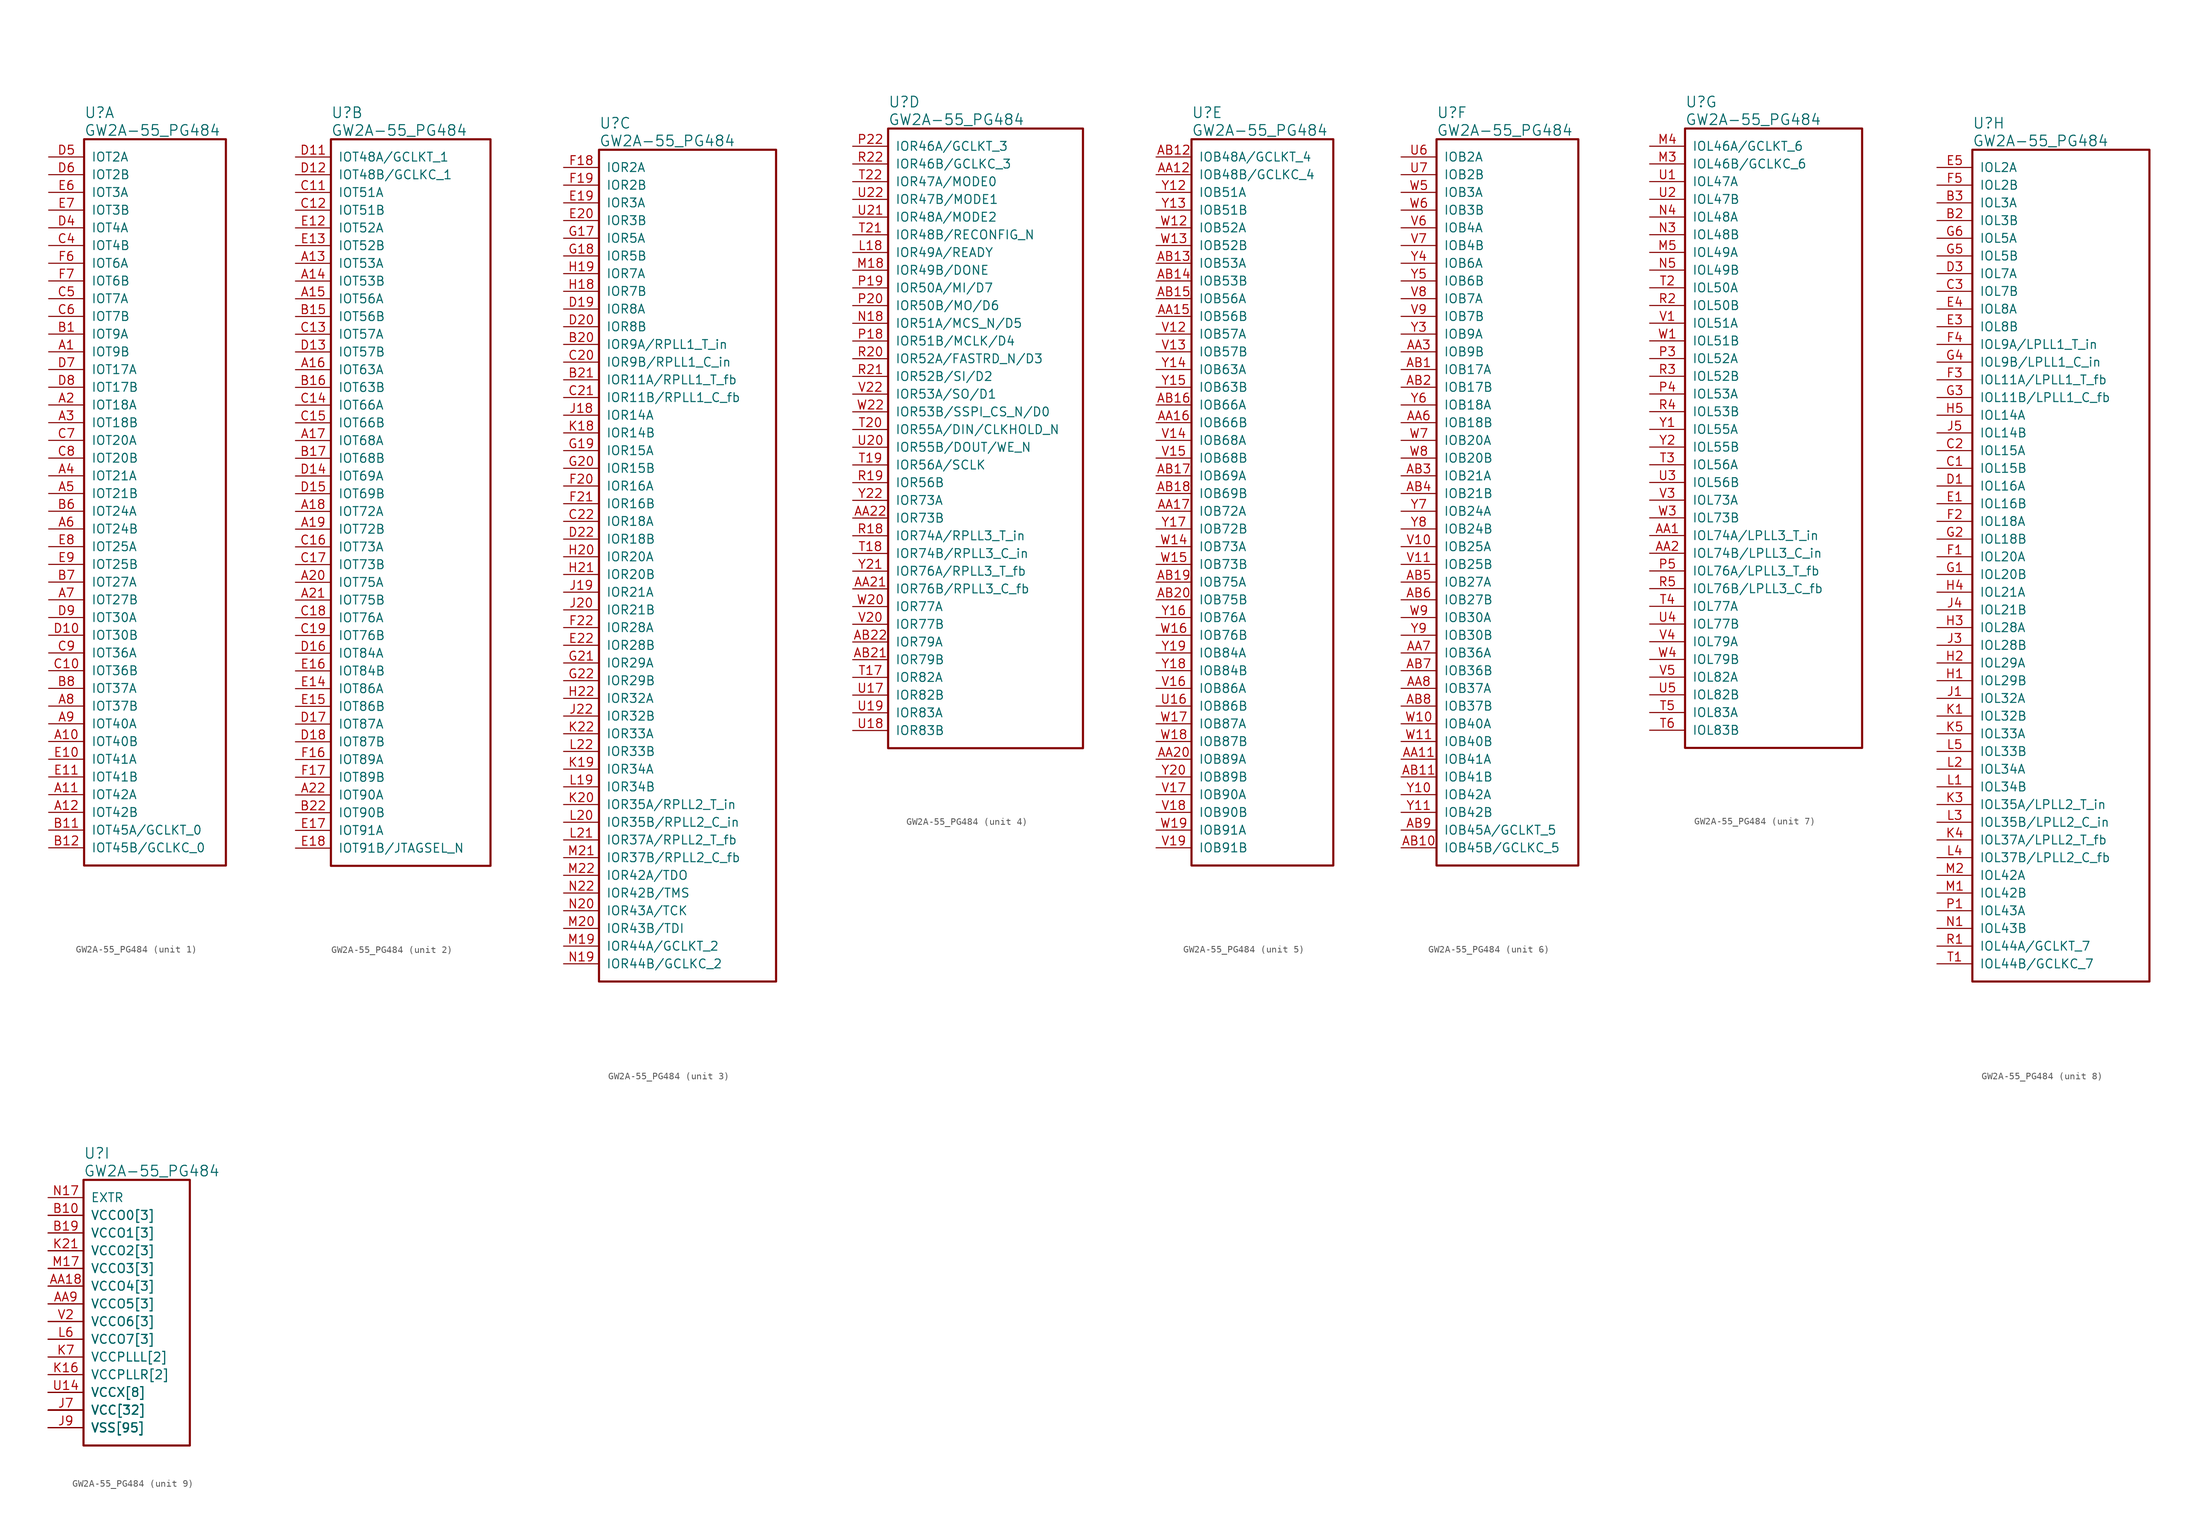
<source format=kicad_sym>
(kicad_symbol_lib
  (version 20241209)
  (generator "kicad_symbol_editor")
  (generator_version "9.0")
  (symbol "GW2A-55_PG484"
    (pin_names
      (offset 1.016))
    (property "Reference" "U"
      (at 5.08 6.35 0)
      (effects (font (size 1.524 1.524)) (justify left)))
    (property "Value" "GW2A-55_PG484"
      (at 5.08 3.81 0)
      (effects (font (size 1.524 1.524)) (justify left)))
    (property "ki_locked" ""
      (at 0 0 0)
      (effects (font (size 1.27 1.27))))
    (symbol "GW2A-55_PG484_1_1"
      (rectangle (start 5.08 2.54) (end 25.4 -101.6) (stroke (width 0.305) (type solid)) (fill (type none)))
      (pin bidirectional line (at 0 0 0) (length 5.08) (name "IOT2A" (effects (font (size 1.27 1.27)))) (number "D5" (effects (font (size 1.27 1.27)))))
      (pin bidirectional line (at 0 -2.54 0) (length 5.08) (name "IOT2B" (effects (font (size 1.27 1.27)))) (number "D6" (effects (font (size 1.27 1.27)))))
      (pin bidirectional line (at 0 -5.08 0) (length 5.08) (name "IOT3A" (effects (font (size 1.27 1.27)))) (number "E6" (effects (font (size 1.27 1.27)))))
      (pin bidirectional line (at 0 -7.62 0) (length 5.08) (name "IOT3B" (effects (font (size 1.27 1.27)))) (number "E7" (effects (font (size 1.27 1.27)))))
      (pin bidirectional line (at 0 -10.16 0) (length 5.08) (name "IOT4A" (effects (font (size 1.27 1.27)))) (number "D4" (effects (font (size 1.27 1.27)))))
      (pin bidirectional line (at 0 -12.7 0) (length 5.08) (name "IOT4B" (effects (font (size 1.27 1.27)))) (number "C4" (effects (font (size 1.27 1.27)))))
      (pin bidirectional line (at 0 -15.24 0) (length 5.08) (name "IOT6A" (effects (font (size 1.27 1.27)))) (number "F6" (effects (font (size 1.27 1.27)))))
      (pin bidirectional line (at 0 -17.78 0) (length 5.08) (name "IOT6B" (effects (font (size 1.27 1.27)))) (number "F7" (effects (font (size 1.27 1.27)))))
      (pin bidirectional line (at 0 -20.32 0) (length 5.08) (name "IOT7A" (effects (font (size 1.27 1.27)))) (number "C5" (effects (font (size 1.27 1.27)))))
      (pin bidirectional line (at 0 -22.86 0) (length 5.08) (name "IOT7B" (effects (font (size 1.27 1.27)))) (number "C6" (effects (font (size 1.27 1.27)))))
      (pin bidirectional line (at 0 -25.4 0) (length 5.08) (name "IOT9A" (effects (font (size 1.27 1.27)))) (number "B1" (effects (font (size 1.27 1.27)))))
      (pin bidirectional line (at 0 -27.94 0) (length 5.08) (name "IOT9B" (effects (font (size 1.27 1.27)))) (number "A1" (effects (font (size 1.27 1.27)))))
      (pin bidirectional line (at 0 -30.48 0) (length 5.08) (name "IOT17A" (effects (font (size 1.27 1.27)))) (number "D7" (effects (font (size 1.27 1.27)))))
      (pin bidirectional line (at 0 -33.02 0) (length 5.08) (name "IOT17B" (effects (font (size 1.27 1.27)))) (number "D8" (effects (font (size 1.27 1.27)))))
      (pin bidirectional line (at 0 -35.56 0) (length 5.08) (name "IOT18A" (effects (font (size 1.27 1.27)))) (number "A2" (effects (font (size 1.27 1.27)))))
      (pin bidirectional line (at 0 -38.1 0) (length 5.08) (name "IOT18B" (effects (font (size 1.27 1.27)))) (number "A3" (effects (font (size 1.27 1.27)))))
      (pin bidirectional line (at 0 -40.64 0) (length 5.08) (name "IOT20A" (effects (font (size 1.27 1.27)))) (number "C7" (effects (font (size 1.27 1.27)))))
      (pin bidirectional line (at 0 -43.18 0) (length 5.08) (name "IOT20B" (effects (font (size 1.27 1.27)))) (number "C8" (effects (font (size 1.27 1.27)))))
      (pin bidirectional line (at 0 -45.72 0) (length 5.08) (name "IOT21A" (effects (font (size 1.27 1.27)))) (number "A4" (effects (font (size 1.27 1.27)))))
      (pin bidirectional line (at 0 -48.26 0) (length 5.08) (name "IOT21B" (effects (font (size 1.27 1.27)))) (number "A5" (effects (font (size 1.27 1.27)))))
      (pin bidirectional line (at 0 -50.8 0) (length 5.08) (name "IOT24A" (effects (font (size 1.27 1.27)))) (number "B6" (effects (font (size 1.27 1.27)))))
      (pin bidirectional line (at 0 -53.34 0) (length 5.08) (name "IOT24B" (effects (font (size 1.27 1.27)))) (number "A6" (effects (font (size 1.27 1.27)))))
      (pin bidirectional line (at 0 -55.88 0) (length 5.08) (name "IOT25A" (effects (font (size 1.27 1.27)))) (number "E8" (effects (font (size 1.27 1.27)))))
      (pin bidirectional line (at 0 -58.42 0) (length 5.08) (name "IOT25B" (effects (font (size 1.27 1.27)))) (number "E9" (effects (font (size 1.27 1.27)))))
      (pin bidirectional line (at 0 -60.96 0) (length 5.08) (name "IOT27A" (effects (font (size 1.27 1.27)))) (number "B7" (effects (font (size 1.27 1.27)))))
      (pin bidirectional line (at 0 -63.5 0) (length 5.08) (name "IOT27B" (effects (font (size 1.27 1.27)))) (number "A7" (effects (font (size 1.27 1.27)))))
      (pin bidirectional line (at 0 -66.04 0) (length 5.08) (name "IOT30A" (effects (font (size 1.27 1.27)))) (number "D9" (effects (font (size 1.27 1.27)))))
      (pin bidirectional line (at 0 -68.58 0) (length 5.08) (name "IOT30B" (effects (font (size 1.27 1.27)))) (number "D10" (effects (font (size 1.27 1.27)))))
      (pin bidirectional line (at 0 -71.12 0) (length 5.08) (name "IOT36A" (effects (font (size 1.27 1.27)))) (number "C9" (effects (font (size 1.27 1.27)))))
      (pin bidirectional line (at 0 -73.66 0) (length 5.08) (name "IOT36B" (effects (font (size 1.27 1.27)))) (number "C10" (effects (font (size 1.27 1.27)))))
      (pin bidirectional line (at 0 -76.2 0) (length 5.08) (name "IOT37A" (effects (font (size 1.27 1.27)))) (number "B8" (effects (font (size 1.27 1.27)))))
      (pin bidirectional line (at 0 -78.74 0) (length 5.08) (name "IOT37B" (effects (font (size 1.27 1.27)))) (number "A8" (effects (font (size 1.27 1.27)))))
      (pin bidirectional line (at 0 -81.28 0) (length 5.08) (name "IOT40A" (effects (font (size 1.27 1.27)))) (number "A9" (effects (font (size 1.27 1.27)))))
      (pin bidirectional line (at 0 -83.82 0) (length 5.08) (name "IOT40B" (effects (font (size 1.27 1.27)))) (number "A10" (effects (font (size 1.27 1.27)))))
      (pin bidirectional line (at 0 -86.36 0) (length 5.08) (name "IOT41A" (effects (font (size 1.27 1.27)))) (number "E10" (effects (font (size 1.27 1.27)))))
      (pin bidirectional line (at 0 -88.9 0) (length 5.08) (name "IOT41B" (effects (font (size 1.27 1.27)))) (number "E11" (effects (font (size 1.27 1.27)))))
      (pin bidirectional line (at 0 -91.44 0) (length 5.08) (name "IOT42A" (effects (font (size 1.27 1.27)))) (number "A11" (effects (font (size 1.27 1.27)))))
      (pin bidirectional line (at 0 -93.98 0) (length 5.08) (name "IOT42B" (effects (font (size 1.27 1.27)))) (number "A12" (effects (font (size 1.27 1.27)))))
      (pin bidirectional line (at 0 -96.52 0) (length 5.08) (name "IOT45A/GCLKT_0" (effects (font (size 1.27 1.27)))) (number "B11" (effects (font (size 1.27 1.27)))))
      (pin bidirectional line (at 0 -99.06 0) (length 5.08) (name "IOT45B/GCLKC_0" (effects (font (size 1.27 1.27)))) (number "B12" (effects (font (size 1.27 1.27))))))
    (symbol "GW2A-55_PG484_2_1"
      (rectangle (start 5.08 2.54) (end 27.94 -101.6) (stroke (width 0.305) (type solid)) (fill (type none)))
      (pin bidirectional line (at 0 0 0) (length 5.08) (name "IOT48A/GCLKT_1" (effects (font (size 1.27 1.27)))) (number "D11" (effects (font (size 1.27 1.27)))))
      (pin bidirectional line (at 0 -2.54 0) (length 5.08) (name "IOT48B/GCLKC_1" (effects (font (size 1.27 1.27)))) (number "D12" (effects (font (size 1.27 1.27)))))
      (pin bidirectional line (at 0 -5.08 0) (length 5.08) (name "IOT51A" (effects (font (size 1.27 1.27)))) (number "C11" (effects (font (size 1.27 1.27)))))
      (pin bidirectional line (at 0 -7.62 0) (length 5.08) (name "IOT51B" (effects (font (size 1.27 1.27)))) (number "C12" (effects (font (size 1.27 1.27)))))
      (pin bidirectional line (at 0 -10.16 0) (length 5.08) (name "IOT52A" (effects (font (size 1.27 1.27)))) (number "E12" (effects (font (size 1.27 1.27)))))
      (pin bidirectional line (at 0 -12.7 0) (length 5.08) (name "IOT52B" (effects (font (size 1.27 1.27)))) (number "E13" (effects (font (size 1.27 1.27)))))
      (pin bidirectional line (at 0 -15.24 0) (length 5.08) (name "IOT53A" (effects (font (size 1.27 1.27)))) (number "A13" (effects (font (size 1.27 1.27)))))
      (pin bidirectional line (at 0 -17.78 0) (length 5.08) (name "IOT53B" (effects (font (size 1.27 1.27)))) (number "A14" (effects (font (size 1.27 1.27)))))
      (pin bidirectional line (at 0 -20.32 0) (length 5.08) (name "IOT56A" (effects (font (size 1.27 1.27)))) (number "A15" (effects (font (size 1.27 1.27)))))
      (pin bidirectional line (at 0 -22.86 0) (length 5.08) (name "IOT56B" (effects (font (size 1.27 1.27)))) (number "B15" (effects (font (size 1.27 1.27)))))
      (pin bidirectional line (at 0 -25.4 0) (length 5.08) (name "IOT57A" (effects (font (size 1.27 1.27)))) (number "C13" (effects (font (size 1.27 1.27)))))
      (pin bidirectional line (at 0 -27.94 0) (length 5.08) (name "IOT57B" (effects (font (size 1.27 1.27)))) (number "D13" (effects (font (size 1.27 1.27)))))
      (pin bidirectional line (at 0 -30.48 0) (length 5.08) (name "IOT63A" (effects (font (size 1.27 1.27)))) (number "A16" (effects (font (size 1.27 1.27)))))
      (pin bidirectional line (at 0 -33.02 0) (length 5.08) (name "IOT63B" (effects (font (size 1.27 1.27)))) (number "B16" (effects (font (size 1.27 1.27)))))
      (pin bidirectional line (at 0 -35.56 0) (length 5.08) (name "IOT66A" (effects (font (size 1.27 1.27)))) (number "C14" (effects (font (size 1.27 1.27)))))
      (pin bidirectional line (at 0 -38.1 0) (length 5.08) (name "IOT66B" (effects (font (size 1.27 1.27)))) (number "C15" (effects (font (size 1.27 1.27)))))
      (pin bidirectional line (at 0 -40.64 0) (length 5.08) (name "IOT68A" (effects (font (size 1.27 1.27)))) (number "A17" (effects (font (size 1.27 1.27)))))
      (pin bidirectional line (at 0 -43.18 0) (length 5.08) (name "IOT68B" (effects (font (size 1.27 1.27)))) (number "B17" (effects (font (size 1.27 1.27)))))
      (pin bidirectional line (at 0 -45.72 0) (length 5.08) (name "IOT69A" (effects (font (size 1.27 1.27)))) (number "D14" (effects (font (size 1.27 1.27)))))
      (pin bidirectional line (at 0 -48.26 0) (length 5.08) (name "IOT69B" (effects (font (size 1.27 1.27)))) (number "D15" (effects (font (size 1.27 1.27)))))
      (pin bidirectional line (at 0 -50.8 0) (length 5.08) (name "IOT72A" (effects (font (size 1.27 1.27)))) (number "A18" (effects (font (size 1.27 1.27)))))
      (pin bidirectional line (at 0 -53.34 0) (length 5.08) (name "IOT72B" (effects (font (size 1.27 1.27)))) (number "A19" (effects (font (size 1.27 1.27)))))
      (pin bidirectional line (at 0 -55.88 0) (length 5.08) (name "IOT73A" (effects (font (size 1.27 1.27)))) (number "C16" (effects (font (size 1.27 1.27)))))
      (pin bidirectional line (at 0 -58.42 0) (length 5.08) (name "IOT73B" (effects (font (size 1.27 1.27)))) (number "C17" (effects (font (size 1.27 1.27)))))
      (pin bidirectional line (at 0 -60.96 0) (length 5.08) (name "IOT75A" (effects (font (size 1.27 1.27)))) (number "A20" (effects (font (size 1.27 1.27)))))
      (pin bidirectional line (at 0 -63.5 0) (length 5.08) (name "IOT75B" (effects (font (size 1.27 1.27)))) (number "A21" (effects (font (size 1.27 1.27)))))
      (pin bidirectional line (at 0 -66.04 0) (length 5.08) (name "IOT76A" (effects (font (size 1.27 1.27)))) (number "C18" (effects (font (size 1.27 1.27)))))
      (pin bidirectional line (at 0 -68.58 0) (length 5.08) (name "IOT76B" (effects (font (size 1.27 1.27)))) (number "C19" (effects (font (size 1.27 1.27)))))
      (pin bidirectional line (at 0 -71.12 0) (length 5.08) (name "IOT84A" (effects (font (size 1.27 1.27)))) (number "D16" (effects (font (size 1.27 1.27)))))
      (pin bidirectional line (at 0 -73.66 0) (length 5.08) (name "IOT84B" (effects (font (size 1.27 1.27)))) (number "E16" (effects (font (size 1.27 1.27)))))
      (pin bidirectional line (at 0 -76.2 0) (length 5.08) (name "IOT86A" (effects (font (size 1.27 1.27)))) (number "E14" (effects (font (size 1.27 1.27)))))
      (pin bidirectional line (at 0 -78.74 0) (length 5.08) (name "IOT86B" (effects (font (size 1.27 1.27)))) (number "E15" (effects (font (size 1.27 1.27)))))
      (pin bidirectional line (at 0 -81.28 0) (length 5.08) (name "IOT87A" (effects (font (size 1.27 1.27)))) (number "D17" (effects (font (size 1.27 1.27)))))
      (pin bidirectional line (at 0 -83.82 0) (length 5.08) (name "IOT87B" (effects (font (size 1.27 1.27)))) (number "D18" (effects (font (size 1.27 1.27)))))
      (pin bidirectional line (at 0 -86.36 0) (length 5.08) (name "IOT89A" (effects (font (size 1.27 1.27)))) (number "F16" (effects (font (size 1.27 1.27)))))
      (pin bidirectional line (at 0 -88.9 0) (length 5.08) (name "IOT89B" (effects (font (size 1.27 1.27)))) (number "F17" (effects (font (size 1.27 1.27)))))
      (pin bidirectional line (at 0 -91.44 0) (length 5.08) (name "IOT90A" (effects (font (size 1.27 1.27)))) (number "A22" (effects (font (size 1.27 1.27)))))
      (pin bidirectional line (at 0 -93.98 0) (length 5.08) (name "IOT90B" (effects (font (size 1.27 1.27)))) (number "B22" (effects (font (size 1.27 1.27)))))
      (pin bidirectional line (at 0 -96.52 0) (length 5.08) (name "IOT91A" (effects (font (size 1.27 1.27)))) (number "E17" (effects (font (size 1.27 1.27)))))
      (pin bidirectional line (at 0 -99.06 0) (length 5.08) (name "IOT91B/JTAGSEL_N" (effects (font (size 1.27 1.27)))) (number "E18" (effects (font (size 1.27 1.27))))))
    (symbol "GW2A-55_PG484_3_1"
      (rectangle (start 5.08 2.54) (end 30.48 -116.84) (stroke (width 0.305) (type solid)) (fill (type none)))
      (pin bidirectional line (at 0 0 0) (length 5.08) (name "IOR2A" (effects (font (size 1.27 1.27)))) (number "F18" (effects (font (size 1.27 1.27)))))
      (pin bidirectional line (at 0 -2.54 0) (length 5.08) (name "IOR2B" (effects (font (size 1.27 1.27)))) (number "F19" (effects (font (size 1.27 1.27)))))
      (pin bidirectional line (at 0 -5.08 0) (length 5.08) (name "IOR3A" (effects (font (size 1.27 1.27)))) (number "E19" (effects (font (size 1.27 1.27)))))
      (pin bidirectional line (at 0 -7.62 0) (length 5.08) (name "IOR3B" (effects (font (size 1.27 1.27)))) (number "E20" (effects (font (size 1.27 1.27)))))
      (pin bidirectional line (at 0 -10.16 0) (length 5.08) (name "IOR5A" (effects (font (size 1.27 1.27)))) (number "G17" (effects (font (size 1.27 1.27)))))
      (pin bidirectional line (at 0 -12.7 0) (length 5.08) (name "IOR5B" (effects (font (size 1.27 1.27)))) (number "G18" (effects (font (size 1.27 1.27)))))
      (pin bidirectional line (at 0 -15.24 0) (length 5.08) (name "IOR7A" (effects (font (size 1.27 1.27)))) (number "H19" (effects (font (size 1.27 1.27)))))
      (pin bidirectional line (at 0 -17.78 0) (length 5.08) (name "IOR7B" (effects (font (size 1.27 1.27)))) (number "H18" (effects (font (size 1.27 1.27)))))
      (pin bidirectional line (at 0 -20.32 0) (length 5.08) (name "IOR8A" (effects (font (size 1.27 1.27)))) (number "D19" (effects (font (size 1.27 1.27)))))
      (pin bidirectional line (at 0 -22.86 0) (length 5.08) (name "IOR8B" (effects (font (size 1.27 1.27)))) (number "D20" (effects (font (size 1.27 1.27)))))
      (pin bidirectional line (at 0 -25.4 0) (length 5.08) (name "IOR9A/RPLL1_T_in" (effects (font (size 1.27 1.27)))) (number "B20" (effects (font (size 1.27 1.27)))))
      (pin bidirectional line (at 0 -27.94 0) (length 5.08) (name "IOR9B/RPLL1_C_in" (effects (font (size 1.27 1.27)))) (number "C20" (effects (font (size 1.27 1.27)))))
      (pin bidirectional line (at 0 -30.48 0) (length 5.08) (name "IOR11A/RPLL1_T_fb" (effects (font (size 1.27 1.27)))) (number "B21" (effects (font (size 1.27 1.27)))))
      (pin bidirectional line (at 0 -33.02 0) (length 5.08) (name "IOR11B/RPLL1_C_fb" (effects (font (size 1.27 1.27)))) (number "C21" (effects (font (size 1.27 1.27)))))
      (pin bidirectional line (at 0 -35.56 0) (length 5.08) (name "IOR14A" (effects (font (size 1.27 1.27)))) (number "J18" (effects (font (size 1.27 1.27)))))
      (pin bidirectional line (at 0 -38.1 0) (length 5.08) (name "IOR14B" (effects (font (size 1.27 1.27)))) (number "K18" (effects (font (size 1.27 1.27)))))
      (pin bidirectional line (at 0 -40.64 0) (length 5.08) (name "IOR15A" (effects (font (size 1.27 1.27)))) (number "G19" (effects (font (size 1.27 1.27)))))
      (pin bidirectional line (at 0 -43.18 0) (length 5.08) (name "IOR15B" (effects (font (size 1.27 1.27)))) (number "G20" (effects (font (size 1.27 1.27)))))
      (pin bidirectional line (at 0 -45.72 0) (length 5.08) (name "IOR16A" (effects (font (size 1.27 1.27)))) (number "F20" (effects (font (size 1.27 1.27)))))
      (pin bidirectional line (at 0 -48.26 0) (length 5.08) (name "IOR16B" (effects (font (size 1.27 1.27)))) (number "F21" (effects (font (size 1.27 1.27)))))
      (pin bidirectional line (at 0 -50.8 0) (length 5.08) (name "IOR18A" (effects (font (size 1.27 1.27)))) (number "C22" (effects (font (size 1.27 1.27)))))
      (pin bidirectional line (at 0 -53.34 0) (length 5.08) (name "IOR18B" (effects (font (size 1.27 1.27)))) (number "D22" (effects (font (size 1.27 1.27)))))
      (pin bidirectional line (at 0 -55.88 0) (length 5.08) (name "IOR20A" (effects (font (size 1.27 1.27)))) (number "H20" (effects (font (size 1.27 1.27)))))
      (pin bidirectional line (at 0 -58.42 0) (length 5.08) (name "IOR20B" (effects (font (size 1.27 1.27)))) (number "H21" (effects (font (size 1.27 1.27)))))
      (pin bidirectional line (at 0 -60.96 0) (length 5.08) (name "IOR21A" (effects (font (size 1.27 1.27)))) (number "J19" (effects (font (size 1.27 1.27)))))
      (pin bidirectional line (at 0 -63.5 0) (length 5.08) (name "IOR21B" (effects (font (size 1.27 1.27)))) (number "J20" (effects (font (size 1.27 1.27)))))
      (pin bidirectional line (at 0 -66.04 0) (length 5.08) (name "IOR28A" (effects (font (size 1.27 1.27)))) (number "F22" (effects (font (size 1.27 1.27)))))
      (pin bidirectional line (at 0 -68.58 0) (length 5.08) (name "IOR28B" (effects (font (size 1.27 1.27)))) (number "E22" (effects (font (size 1.27 1.27)))))
      (pin bidirectional line (at 0 -71.12 0) (length 5.08) (name "IOR29A" (effects (font (size 1.27 1.27)))) (number "G21" (effects (font (size 1.27 1.27)))))
      (pin bidirectional line (at 0 -73.66 0) (length 5.08) (name "IOR29B" (effects (font (size 1.27 1.27)))) (number "G22" (effects (font (size 1.27 1.27)))))
      (pin bidirectional line (at 0 -76.2 0) (length 5.08) (name "IOR32A" (effects (font (size 1.27 1.27)))) (number "H22" (effects (font (size 1.27 1.27)))))
      (pin bidirectional line (at 0 -78.74 0) (length 5.08) (name "IOR32B" (effects (font (size 1.27 1.27)))) (number "J22" (effects (font (size 1.27 1.27)))))
      (pin bidirectional line (at 0 -81.28 0) (length 5.08) (name "IOR33A" (effects (font (size 1.27 1.27)))) (number "K22" (effects (font (size 1.27 1.27)))))
      (pin bidirectional line (at 0 -83.82 0) (length 5.08) (name "IOR33B" (effects (font (size 1.27 1.27)))) (number "L22" (effects (font (size 1.27 1.27)))))
      (pin bidirectional line (at 0 -86.36 0) (length 5.08) (name "IOR34A" (effects (font (size 1.27 1.27)))) (number "K19" (effects (font (size 1.27 1.27)))))
      (pin bidirectional line (at 0 -88.9 0) (length 5.08) (name "IOR34B" (effects (font (size 1.27 1.27)))) (number "L19" (effects (font (size 1.27 1.27)))))
      (pin bidirectional line (at 0 -91.44 0) (length 5.08) (name "IOR35A/RPLL2_T_in" (effects (font (size 1.27 1.27)))) (number "K20" (effects (font (size 1.27 1.27)))))
      (pin bidirectional line (at 0 -93.98 0) (length 5.08) (name "IOR35B/RPLL2_C_in" (effects (font (size 1.27 1.27)))) (number "L20" (effects (font (size 1.27 1.27)))))
      (pin bidirectional line (at 0 -96.52 0) (length 5.08) (name "IOR37A/RPLL2_T_fb" (effects (font (size 1.27 1.27)))) (number "L21" (effects (font (size 1.27 1.27)))))
      (pin bidirectional line (at 0 -99.06 0) (length 5.08) (name "IOR37B/RPLL2_C_fb" (effects (font (size 1.27 1.27)))) (number "M21" (effects (font (size 1.27 1.27)))))
      (pin bidirectional line (at 0 -101.6 0) (length 5.08) (name "IOR42A/TDO" (effects (font (size 1.27 1.27)))) (number "M22" (effects (font (size 1.27 1.27)))))
      (pin bidirectional line (at 0 -104.14 0) (length 5.08) (name "IOR42B/TMS" (effects (font (size 1.27 1.27)))) (number "N22" (effects (font (size 1.27 1.27)))))
      (pin bidirectional line (at 0 -106.68 0) (length 5.08) (name "IOR43A/TCK" (effects (font (size 1.27 1.27)))) (number "N20" (effects (font (size 1.27 1.27)))))
      (pin bidirectional line (at 0 -109.22 0) (length 5.08) (name "IOR43B/TDI" (effects (font (size 1.27 1.27)))) (number "M20" (effects (font (size 1.27 1.27)))))
      (pin bidirectional line (at 0 -111.76 0) (length 5.08) (name "IOR44A/GCLKT_2" (effects (font (size 1.27 1.27)))) (number "M19" (effects (font (size 1.27 1.27)))))
      (pin bidirectional line (at 0 -114.3 0) (length 5.08) (name "IOR44B/GCLKC_2" (effects (font (size 1.27 1.27)))) (number "N19" (effects (font (size 1.27 1.27))))))
    (symbol "GW2A-55_PG484_4_1"
      (rectangle (start 5.08 2.54) (end 33.02 -86.36) (stroke (width 0.305) (type solid)) (fill (type none)))
      (pin bidirectional line (at 0 0 0) (length 5.08) (name "IOR46A/GCLKT_3" (effects (font (size 1.27 1.27)))) (number "P22" (effects (font (size 1.27 1.27)))))
      (pin bidirectional line (at 0 -2.54 0) (length 5.08) (name "IOR46B/GCLKC_3" (effects (font (size 1.27 1.27)))) (number "R22" (effects (font (size 1.27 1.27)))))
      (pin bidirectional line (at 0 -5.08 0) (length 5.08) (name "IOR47A/MODE0" (effects (font (size 1.27 1.27)))) (number "T22" (effects (font (size 1.27 1.27)))))
      (pin bidirectional line (at 0 -7.62 0) (length 5.08) (name "IOR47B/MODE1" (effects (font (size 1.27 1.27)))) (number "U22" (effects (font (size 1.27 1.27)))))
      (pin bidirectional line (at 0 -10.16 0) (length 5.08) (name "IOR48A/MODE2" (effects (font (size 1.27 1.27)))) (number "U21" (effects (font (size 1.27 1.27)))))
      (pin bidirectional line (at 0 -12.7 0) (length 5.08) (name "IOR48B/RECONFIG_N" (effects (font (size 1.27 1.27)))) (number "T21" (effects (font (size 1.27 1.27)))))
      (pin bidirectional line (at 0 -15.24 0) (length 5.08) (name "IOR49A/READY" (effects (font (size 1.27 1.27)))) (number "L18" (effects (font (size 1.27 1.27)))))
      (pin bidirectional line (at 0 -17.78 0) (length 5.08) (name "IOR49B/DONE" (effects (font (size 1.27 1.27)))) (number "M18" (effects (font (size 1.27 1.27)))))
      (pin bidirectional line (at 0 -20.32 0) (length 5.08) (name "IOR50A/MI/D7" (effects (font (size 1.27 1.27)))) (number "P19" (effects (font (size 1.27 1.27)))))
      (pin bidirectional line (at 0 -22.86 0) (length 5.08) (name "IOR50B/MO/D6" (effects (font (size 1.27 1.27)))) (number "P20" (effects (font (size 1.27 1.27)))))
      (pin bidirectional line (at 0 -25.4 0) (length 5.08) (name "IOR51A/MCS_N/D5" (effects (font (size 1.27 1.27)))) (number "N18" (effects (font (size 1.27 1.27)))))
      (pin bidirectional line (at 0 -27.94 0) (length 5.08) (name "IOR51B/MCLK/D4" (effects (font (size 1.27 1.27)))) (number "P18" (effects (font (size 1.27 1.27)))))
      (pin bidirectional line (at 0 -30.48 0) (length 5.08) (name "IOR52A/FASTRD_N/D3" (effects (font (size 1.27 1.27)))) (number "R20" (effects (font (size 1.27 1.27)))))
      (pin bidirectional line (at 0 -33.02 0) (length 5.08) (name "IOR52B/SI/D2" (effects (font (size 1.27 1.27)))) (number "R21" (effects (font (size 1.27 1.27)))))
      (pin bidirectional line (at 0 -35.56 0) (length 5.08) (name "IOR53A/SO/D1" (effects (font (size 1.27 1.27)))) (number "V22" (effects (font (size 1.27 1.27)))))
      (pin bidirectional line (at 0 -38.1 0) (length 5.08) (name "IOR53B/SSPI_CS_N/D0" (effects (font (size 1.27 1.27)))) (number "W22" (effects (font (size 1.27 1.27)))))
      (pin bidirectional line (at 0 -40.64 0) (length 5.08) (name "IOR55A/DIN/CLKHOLD_N" (effects (font (size 1.27 1.27)))) (number "T20" (effects (font (size 1.27 1.27)))))
      (pin bidirectional line (at 0 -43.18 0) (length 5.08) (name "IOR55B/DOUT/WE_N" (effects (font (size 1.27 1.27)))) (number "U20" (effects (font (size 1.27 1.27)))))
      (pin bidirectional line (at 0 -45.72 0) (length 5.08) (name "IOR56A/SCLK" (effects (font (size 1.27 1.27)))) (number "T19" (effects (font (size 1.27 1.27)))))
      (pin bidirectional line (at 0 -48.26 0) (length 5.08) (name "IOR56B" (effects (font (size 1.27 1.27)))) (number "R19" (effects (font (size 1.27 1.27)))))
      (pin bidirectional line (at 0 -50.8 0) (length 5.08) (name "IOR73A" (effects (font (size 1.27 1.27)))) (number "Y22" (effects (font (size 1.27 1.27)))))
      (pin bidirectional line (at 0 -53.34 0) (length 5.08) (name "IOR73B" (effects (font (size 1.27 1.27)))) (number "AA22" (effects (font (size 1.27 1.27)))))
      (pin bidirectional line (at 0 -55.88 0) (length 5.08) (name "IOR74A/RPLL3_T_in" (effects (font (size 1.27 1.27)))) (number "R18" (effects (font (size 1.27 1.27)))))
      (pin bidirectional line (at 0 -58.42 0) (length 5.08) (name "IOR74B/RPLL3_C_in" (effects (font (size 1.27 1.27)))) (number "T18" (effects (font (size 1.27 1.27)))))
      (pin bidirectional line (at 0 -60.96 0) (length 5.08) (name "IOR76A/RPLL3_T_fb" (effects (font (size 1.27 1.27)))) (number "Y21" (effects (font (size 1.27 1.27)))))
      (pin bidirectional line (at 0 -63.5 0) (length 5.08) (name "IOR76B/RPLL3_C_fb" (effects (font (size 1.27 1.27)))) (number "AA21" (effects (font (size 1.27 1.27)))))
      (pin bidirectional line (at 0 -66.04 0) (length 5.08) (name "IOR77A" (effects (font (size 1.27 1.27)))) (number "W20" (effects (font (size 1.27 1.27)))))
      (pin bidirectional line (at 0 -68.58 0) (length 5.08) (name "IOR77B" (effects (font (size 1.27 1.27)))) (number "V20" (effects (font (size 1.27 1.27)))))
      (pin bidirectional line (at 0 -71.12 0) (length 5.08) (name "IOR79A" (effects (font (size 1.27 1.27)))) (number "AB22" (effects (font (size 1.27 1.27)))))
      (pin bidirectional line (at 0 -73.66 0) (length 5.08) (name "IOR79B" (effects (font (size 1.27 1.27)))) (number "AB21" (effects (font (size 1.27 1.27)))))
      (pin bidirectional line (at 0 -76.2 0) (length 5.08) (name "IOR82A" (effects (font (size 1.27 1.27)))) (number "T17" (effects (font (size 1.27 1.27)))))
      (pin bidirectional line (at 0 -78.74 0) (length 5.08) (name "IOR82B" (effects (font (size 1.27 1.27)))) (number "U17" (effects (font (size 1.27 1.27)))))
      (pin bidirectional line (at 0 -81.28 0) (length 5.08) (name "IOR83A" (effects (font (size 1.27 1.27)))) (number "U19" (effects (font (size 1.27 1.27)))))
      (pin bidirectional line (at 0 -83.82 0) (length 5.08) (name "IOR83B" (effects (font (size 1.27 1.27)))) (number "U18" (effects (font (size 1.27 1.27))))))
    (symbol "GW2A-55_PG484_5_1"
      (rectangle (start 5.08 2.54) (end 25.4 -101.6) (stroke (width 0.305) (type solid)) (fill (type none)))
      (pin bidirectional line (at 0 0 0) (length 5.08) (name "IOB48A/GCLKT_4" (effects (font (size 1.27 1.27)))) (number "AB12" (effects (font (size 1.27 1.27)))))
      (pin bidirectional line (at 0 -2.54 0) (length 5.08) (name "IOB48B/GCLKC_4" (effects (font (size 1.27 1.27)))) (number "AA12" (effects (font (size 1.27 1.27)))))
      (pin bidirectional line (at 0 -5.08 0) (length 5.08) (name "IOB51A" (effects (font (size 1.27 1.27)))) (number "Y12" (effects (font (size 1.27 1.27)))))
      (pin bidirectional line (at 0 -7.62 0) (length 5.08) (name "IOB51B" (effects (font (size 1.27 1.27)))) (number "Y13" (effects (font (size 1.27 1.27)))))
      (pin bidirectional line (at 0 -10.16 0) (length 5.08) (name "IOB52A" (effects (font (size 1.27 1.27)))) (number "W12" (effects (font (size 1.27 1.27)))))
      (pin bidirectional line (at 0 -12.7 0) (length 5.08) (name "IOB52B" (effects (font (size 1.27 1.27)))) (number "W13" (effects (font (size 1.27 1.27)))))
      (pin bidirectional line (at 0 -15.24 0) (length 5.08) (name "IOB53A" (effects (font (size 1.27 1.27)))) (number "AB13" (effects (font (size 1.27 1.27)))))
      (pin bidirectional line (at 0 -17.78 0) (length 5.08) (name "IOB53B" (effects (font (size 1.27 1.27)))) (number "AB14" (effects (font (size 1.27 1.27)))))
      (pin bidirectional line (at 0 -20.32 0) (length 5.08) (name "IOB56A" (effects (font (size 1.27 1.27)))) (number "AB15" (effects (font (size 1.27 1.27)))))
      (pin bidirectional line (at 0 -22.86 0) (length 5.08) (name "IOB56B" (effects (font (size 1.27 1.27)))) (number "AA15" (effects (font (size 1.27 1.27)))))
      (pin bidirectional line (at 0 -25.4 0) (length 5.08) (name "IOB57A" (effects (font (size 1.27 1.27)))) (number "V12" (effects (font (size 1.27 1.27)))))
      (pin bidirectional line (at 0 -27.94 0) (length 5.08) (name "IOB57B" (effects (font (size 1.27 1.27)))) (number "V13" (effects (font (size 1.27 1.27)))))
      (pin bidirectional line (at 0 -30.48 0) (length 5.08) (name "IOB63A" (effects (font (size 1.27 1.27)))) (number "Y14" (effects (font (size 1.27 1.27)))))
      (pin bidirectional line (at 0 -33.02 0) (length 5.08) (name "IOB63B" (effects (font (size 1.27 1.27)))) (number "Y15" (effects (font (size 1.27 1.27)))))
      (pin bidirectional line (at 0 -35.56 0) (length 5.08) (name "IOB66A" (effects (font (size 1.27 1.27)))) (number "AB16" (effects (font (size 1.27 1.27)))))
      (pin bidirectional line (at 0 -38.1 0) (length 5.08) (name "IOB66B" (effects (font (size 1.27 1.27)))) (number "AA16" (effects (font (size 1.27 1.27)))))
      (pin bidirectional line (at 0 -40.64 0) (length 5.08) (name "IOB68A" (effects (font (size 1.27 1.27)))) (number "V14" (effects (font (size 1.27 1.27)))))
      (pin bidirectional line (at 0 -43.18 0) (length 5.08) (name "IOB68B" (effects (font (size 1.27 1.27)))) (number "V15" (effects (font (size 1.27 1.27)))))
      (pin bidirectional line (at 0 -45.72 0) (length 5.08) (name "IOB69A" (effects (font (size 1.27 1.27)))) (number "AB17" (effects (font (size 1.27 1.27)))))
      (pin bidirectional line (at 0 -48.26 0) (length 5.08) (name "IOB69B" (effects (font (size 1.27 1.27)))) (number "AB18" (effects (font (size 1.27 1.27)))))
      (pin bidirectional line (at 0 -50.8 0) (length 5.08) (name "IOB72A" (effects (font (size 1.27 1.27)))) (number "AA17" (effects (font (size 1.27 1.27)))))
      (pin bidirectional line (at 0 -53.34 0) (length 5.08) (name "IOB72B" (effects (font (size 1.27 1.27)))) (number "Y17" (effects (font (size 1.27 1.27)))))
      (pin bidirectional line (at 0 -55.88 0) (length 5.08) (name "IOB73A" (effects (font (size 1.27 1.27)))) (number "W14" (effects (font (size 1.27 1.27)))))
      (pin bidirectional line (at 0 -58.42 0) (length 5.08) (name "IOB73B" (effects (font (size 1.27 1.27)))) (number "W15" (effects (font (size 1.27 1.27)))))
      (pin bidirectional line (at 0 -60.96 0) (length 5.08) (name "IOB75A" (effects (font (size 1.27 1.27)))) (number "AB19" (effects (font (size 1.27 1.27)))))
      (pin bidirectional line (at 0 -63.5 0) (length 5.08) (name "IOB75B" (effects (font (size 1.27 1.27)))) (number "AB20" (effects (font (size 1.27 1.27)))))
      (pin bidirectional line (at 0 -66.04 0) (length 5.08) (name "IOB76A" (effects (font (size 1.27 1.27)))) (number "Y16" (effects (font (size 1.27 1.27)))))
      (pin bidirectional line (at 0 -68.58 0) (length 5.08) (name "IOB76B" (effects (font (size 1.27 1.27)))) (number "W16" (effects (font (size 1.27 1.27)))))
      (pin bidirectional line (at 0 -71.12 0) (length 5.08) (name "IOB84A" (effects (font (size 1.27 1.27)))) (number "Y19" (effects (font (size 1.27 1.27)))))
      (pin bidirectional line (at 0 -73.66 0) (length 5.08) (name "IOB84B" (effects (font (size 1.27 1.27)))) (number "Y18" (effects (font (size 1.27 1.27)))))
      (pin bidirectional line (at 0 -76.2 0) (length 5.08) (name "IOB86A" (effects (font (size 1.27 1.27)))) (number "V16" (effects (font (size 1.27 1.27)))))
      (pin bidirectional line (at 0 -78.74 0) (length 5.08) (name "IOB86B" (effects (font (size 1.27 1.27)))) (number "U16" (effects (font (size 1.27 1.27)))))
      (pin bidirectional line (at 0 -81.28 0) (length 5.08) (name "IOB87A" (effects (font (size 1.27 1.27)))) (number "W17" (effects (font (size 1.27 1.27)))))
      (pin bidirectional line (at 0 -83.82 0) (length 5.08) (name "IOB87B" (effects (font (size 1.27 1.27)))) (number "W18" (effects (font (size 1.27 1.27)))))
      (pin bidirectional line (at 0 -86.36 0) (length 5.08) (name "IOB89A" (effects (font (size 1.27 1.27)))) (number "AA20" (effects (font (size 1.27 1.27)))))
      (pin bidirectional line (at 0 -88.9 0) (length 5.08) (name "IOB89B" (effects (font (size 1.27 1.27)))) (number "Y20" (effects (font (size 1.27 1.27)))))
      (pin bidirectional line (at 0 -91.44 0) (length 5.08) (name "IOB90A" (effects (font (size 1.27 1.27)))) (number "V17" (effects (font (size 1.27 1.27)))))
      (pin bidirectional line (at 0 -93.98 0) (length 5.08) (name "IOB90B" (effects (font (size 1.27 1.27)))) (number "V18" (effects (font (size 1.27 1.27)))))
      (pin bidirectional line (at 0 -96.52 0) (length 5.08) (name "IOB91A" (effects (font (size 1.27 1.27)))) (number "W19" (effects (font (size 1.27 1.27)))))
      (pin bidirectional line (at 0 -99.06 0) (length 5.08) (name "IOB91B" (effects (font (size 1.27 1.27)))) (number "V19" (effects (font (size 1.27 1.27))))))
    (symbol "GW2A-55_PG484_6_1"
      (rectangle (start 5.08 2.54) (end 25.4 -101.6) (stroke (width 0.305) (type solid)) (fill (type none)))
      (pin bidirectional line (at 0 0 0) (length 5.08) (name "IOB2A" (effects (font (size 1.27 1.27)))) (number "U6" (effects (font (size 1.27 1.27)))))
      (pin bidirectional line (at 0 -2.54 0) (length 5.08) (name "IOB2B" (effects (font (size 1.27 1.27)))) (number "U7" (effects (font (size 1.27 1.27)))))
      (pin bidirectional line (at 0 -5.08 0) (length 5.08) (name "IOB3A" (effects (font (size 1.27 1.27)))) (number "W5" (effects (font (size 1.27 1.27)))))
      (pin bidirectional line (at 0 -7.62 0) (length 5.08) (name "IOB3B" (effects (font (size 1.27 1.27)))) (number "W6" (effects (font (size 1.27 1.27)))))
      (pin bidirectional line (at 0 -10.16 0) (length 5.08) (name "IOB4A" (effects (font (size 1.27 1.27)))) (number "V6" (effects (font (size 1.27 1.27)))))
      (pin bidirectional line (at 0 -12.7 0) (length 5.08) (name "IOB4B" (effects (font (size 1.27 1.27)))) (number "V7" (effects (font (size 1.27 1.27)))))
      (pin bidirectional line (at 0 -15.24 0) (length 5.08) (name "IOB6A" (effects (font (size 1.27 1.27)))) (number "Y4" (effects (font (size 1.27 1.27)))))
      (pin bidirectional line (at 0 -17.78 0) (length 5.08) (name "IOB6B" (effects (font (size 1.27 1.27)))) (number "Y5" (effects (font (size 1.27 1.27)))))
      (pin bidirectional line (at 0 -20.32 0) (length 5.08) (name "IOB7A" (effects (font (size 1.27 1.27)))) (number "V8" (effects (font (size 1.27 1.27)))))
      (pin bidirectional line (at 0 -22.86 0) (length 5.08) (name "IOB7B" (effects (font (size 1.27 1.27)))) (number "V9" (effects (font (size 1.27 1.27)))))
      (pin bidirectional line (at 0 -25.4 0) (length 5.08) (name "IOB9A" (effects (font (size 1.27 1.27)))) (number "Y3" (effects (font (size 1.27 1.27)))))
      (pin bidirectional line (at 0 -27.94 0) (length 5.08) (name "IOB9B" (effects (font (size 1.27 1.27)))) (number "AA3" (effects (font (size 1.27 1.27)))))
      (pin bidirectional line (at 0 -30.48 0) (length 5.08) (name "IOB17A" (effects (font (size 1.27 1.27)))) (number "AB1" (effects (font (size 1.27 1.27)))))
      (pin bidirectional line (at 0 -33.02 0) (length 5.08) (name "IOB17B" (effects (font (size 1.27 1.27)))) (number "AB2" (effects (font (size 1.27 1.27)))))
      (pin bidirectional line (at 0 -35.56 0) (length 5.08) (name "IOB18A" (effects (font (size 1.27 1.27)))) (number "Y6" (effects (font (size 1.27 1.27)))))
      (pin bidirectional line (at 0 -38.1 0) (length 5.08) (name "IOB18B" (effects (font (size 1.27 1.27)))) (number "AA6" (effects (font (size 1.27 1.27)))))
      (pin bidirectional line (at 0 -40.64 0) (length 5.08) (name "IOB20A" (effects (font (size 1.27 1.27)))) (number "W7" (effects (font (size 1.27 1.27)))))
      (pin bidirectional line (at 0 -43.18 0) (length 5.08) (name "IOB20B" (effects (font (size 1.27 1.27)))) (number "W8" (effects (font (size 1.27 1.27)))))
      (pin bidirectional line (at 0 -45.72 0) (length 5.08) (name "IOB21A" (effects (font (size 1.27 1.27)))) (number "AB3" (effects (font (size 1.27 1.27)))))
      (pin bidirectional line (at 0 -48.26 0) (length 5.08) (name "IOB21B" (effects (font (size 1.27 1.27)))) (number "AB4" (effects (font (size 1.27 1.27)))))
      (pin bidirectional line (at 0 -50.8 0) (length 5.08) (name "IOB24A" (effects (font (size 1.27 1.27)))) (number "Y7" (effects (font (size 1.27 1.27)))))
      (pin bidirectional line (at 0 -53.34 0) (length 5.08) (name "IOB24B" (effects (font (size 1.27 1.27)))) (number "Y8" (effects (font (size 1.27 1.27)))))
      (pin bidirectional line (at 0 -55.88 0) (length 5.08) (name "IOB25A" (effects (font (size 1.27 1.27)))) (number "V10" (effects (font (size 1.27 1.27)))))
      (pin bidirectional line (at 0 -58.42 0) (length 5.08) (name "IOB25B" (effects (font (size 1.27 1.27)))) (number "V11" (effects (font (size 1.27 1.27)))))
      (pin bidirectional line (at 0 -60.96 0) (length 5.08) (name "IOB27A" (effects (font (size 1.27 1.27)))) (number "AB5" (effects (font (size 1.27 1.27)))))
      (pin bidirectional line (at 0 -63.5 0) (length 5.08) (name "IOB27B" (effects (font (size 1.27 1.27)))) (number "AB6" (effects (font (size 1.27 1.27)))))
      (pin bidirectional line (at 0 -66.04 0) (length 5.08) (name "IOB30A" (effects (font (size 1.27 1.27)))) (number "W9" (effects (font (size 1.27 1.27)))))
      (pin bidirectional line (at 0 -68.58 0) (length 5.08) (name "IOB30B" (effects (font (size 1.27 1.27)))) (number "Y9" (effects (font (size 1.27 1.27)))))
      (pin bidirectional line (at 0 -71.12 0) (length 5.08) (name "IOB36A" (effects (font (size 1.27 1.27)))) (number "AA7" (effects (font (size 1.27 1.27)))))
      (pin bidirectional line (at 0 -73.66 0) (length 5.08) (name "IOB36B" (effects (font (size 1.27 1.27)))) (number "AB7" (effects (font (size 1.27 1.27)))))
      (pin bidirectional line (at 0 -76.2 0) (length 5.08) (name "IOB37A" (effects (font (size 1.27 1.27)))) (number "AA8" (effects (font (size 1.27 1.27)))))
      (pin bidirectional line (at 0 -78.74 0) (length 5.08) (name "IOB37B" (effects (font (size 1.27 1.27)))) (number "AB8" (effects (font (size 1.27 1.27)))))
      (pin bidirectional line (at 0 -81.28 0) (length 5.08) (name "IOB40A" (effects (font (size 1.27 1.27)))) (number "W10" (effects (font (size 1.27 1.27)))))
      (pin bidirectional line (at 0 -83.82 0) (length 5.08) (name "IOB40B" (effects (font (size 1.27 1.27)))) (number "W11" (effects (font (size 1.27 1.27)))))
      (pin bidirectional line (at 0 -86.36 0) (length 5.08) (name "IOB41A" (effects (font (size 1.27 1.27)))) (number "AA11" (effects (font (size 1.27 1.27)))))
      (pin bidirectional line (at 0 -88.9 0) (length 5.08) (name "IOB41B" (effects (font (size 1.27 1.27)))) (number "AB11" (effects (font (size 1.27 1.27)))))
      (pin bidirectional line (at 0 -91.44 0) (length 5.08) (name "IOB42A" (effects (font (size 1.27 1.27)))) (number "Y10" (effects (font (size 1.27 1.27)))))
      (pin bidirectional line (at 0 -93.98 0) (length 5.08) (name "IOB42B" (effects (font (size 1.27 1.27)))) (number "Y11" (effects (font (size 1.27 1.27)))))
      (pin bidirectional line (at 0 -96.52 0) (length 5.08) (name "IOB45A/GCLKT_5" (effects (font (size 1.27 1.27)))) (number "AB9" (effects (font (size 1.27 1.27)))))
      (pin bidirectional line (at 0 -99.06 0) (length 5.08) (name "IOB45B/GCLKC_5" (effects (font (size 1.27 1.27)))) (number "AB10" (effects (font (size 1.27 1.27))))))
    (symbol "GW2A-55_PG484_7_1"
      (rectangle (start 5.08 2.54) (end 30.48 -86.36) (stroke (width 0.305) (type solid)) (fill (type none)))
      (pin bidirectional line (at 0 0 0) (length 5.08) (name "IOL46A/GCLKT_6" (effects (font (size 1.27 1.27)))) (number "M4" (effects (font (size 1.27 1.27)))))
      (pin bidirectional line (at 0 -2.54 0) (length 5.08) (name "IOL46B/GCLKC_6" (effects (font (size 1.27 1.27)))) (number "M3" (effects (font (size 1.27 1.27)))))
      (pin bidirectional line (at 0 -5.08 0) (length 5.08) (name "IOL47A" (effects (font (size 1.27 1.27)))) (number "U1" (effects (font (size 1.27 1.27)))))
      (pin bidirectional line (at 0 -7.62 0) (length 5.08) (name "IOL47B" (effects (font (size 1.27 1.27)))) (number "U2" (effects (font (size 1.27 1.27)))))
      (pin bidirectional line (at 0 -10.16 0) (length 5.08) (name "IOL48A" (effects (font (size 1.27 1.27)))) (number "N4" (effects (font (size 1.27 1.27)))))
      (pin bidirectional line (at 0 -12.7 0) (length 5.08) (name "IOL48B" (effects (font (size 1.27 1.27)))) (number "N3" (effects (font (size 1.27 1.27)))))
      (pin bidirectional line (at 0 -15.24 0) (length 5.08) (name "IOL49A" (effects (font (size 1.27 1.27)))) (number "M5" (effects (font (size 1.27 1.27)))))
      (pin bidirectional line (at 0 -17.78 0) (length 5.08) (name "IOL49B" (effects (font (size 1.27 1.27)))) (number "N5" (effects (font (size 1.27 1.27)))))
      (pin bidirectional line (at 0 -20.32 0) (length 5.08) (name "IOL50A" (effects (font (size 1.27 1.27)))) (number "T2" (effects (font (size 1.27 1.27)))))
      (pin bidirectional line (at 0 -22.86 0) (length 5.08) (name "IOL50B" (effects (font (size 1.27 1.27)))) (number "R2" (effects (font (size 1.27 1.27)))))
      (pin bidirectional line (at 0 -25.4 0) (length 5.08) (name "IOL51A" (effects (font (size 1.27 1.27)))) (number "V1" (effects (font (size 1.27 1.27)))))
      (pin bidirectional line (at 0 -27.94 0) (length 5.08) (name "IOL51B" (effects (font (size 1.27 1.27)))) (number "W1" (effects (font (size 1.27 1.27)))))
      (pin bidirectional line (at 0 -30.48 0) (length 5.08) (name "IOL52A" (effects (font (size 1.27 1.27)))) (number "P3" (effects (font (size 1.27 1.27)))))
      (pin bidirectional line (at 0 -33.02 0) (length 5.08) (name "IOL52B" (effects (font (size 1.27 1.27)))) (number "R3" (effects (font (size 1.27 1.27)))))
      (pin bidirectional line (at 0 -35.56 0) (length 5.08) (name "IOL53A" (effects (font (size 1.27 1.27)))) (number "P4" (effects (font (size 1.27 1.27)))))
      (pin bidirectional line (at 0 -38.1 0) (length 5.08) (name "IOL53B" (effects (font (size 1.27 1.27)))) (number "R4" (effects (font (size 1.27 1.27)))))
      (pin bidirectional line (at 0 -40.64 0) (length 5.08) (name "IOL55A" (effects (font (size 1.27 1.27)))) (number "Y1" (effects (font (size 1.27 1.27)))))
      (pin bidirectional line (at 0 -43.18 0) (length 5.08) (name "IOL55B" (effects (font (size 1.27 1.27)))) (number "Y2" (effects (font (size 1.27 1.27)))))
      (pin bidirectional line (at 0 -45.72 0) (length 5.08) (name "IOL56A" (effects (font (size 1.27 1.27)))) (number "T3" (effects (font (size 1.27 1.27)))))
      (pin bidirectional line (at 0 -48.26 0) (length 5.08) (name "IOL56B" (effects (font (size 1.27 1.27)))) (number "U3" (effects (font (size 1.27 1.27)))))
      (pin bidirectional line (at 0 -50.8 0) (length 5.08) (name "IOL73A" (effects (font (size 1.27 1.27)))) (number "V3" (effects (font (size 1.27 1.27)))))
      (pin bidirectional line (at 0 -53.34 0) (length 5.08) (name "IOL73B" (effects (font (size 1.27 1.27)))) (number "W3" (effects (font (size 1.27 1.27)))))
      (pin bidirectional line (at 0 -55.88 0) (length 5.08) (name "IOL74A/LPLL3_T_in" (effects (font (size 1.27 1.27)))) (number "AA1" (effects (font (size 1.27 1.27)))))
      (pin bidirectional line (at 0 -58.42 0) (length 5.08) (name "IOL74B/LPLL3_C_in" (effects (font (size 1.27 1.27)))) (number "AA2" (effects (font (size 1.27 1.27)))))
      (pin bidirectional line (at 0 -60.96 0) (length 5.08) (name "IOL76A/LPLL3_T_fb" (effects (font (size 1.27 1.27)))) (number "P5" (effects (font (size 1.27 1.27)))))
      (pin bidirectional line (at 0 -63.5 0) (length 5.08) (name "IOL76B/LPLL3_C_fb" (effects (font (size 1.27 1.27)))) (number "R5" (effects (font (size 1.27 1.27)))))
      (pin bidirectional line (at 0 -66.04 0) (length 5.08) (name "IOL77A" (effects (font (size 1.27 1.27)))) (number "T4" (effects (font (size 1.27 1.27)))))
      (pin bidirectional line (at 0 -68.58 0) (length 5.08) (name "IOL77B" (effects (font (size 1.27 1.27)))) (number "U4" (effects (font (size 1.27 1.27)))))
      (pin bidirectional line (at 0 -71.12 0) (length 5.08) (name "IOL79A" (effects (font (size 1.27 1.27)))) (number "V4" (effects (font (size 1.27 1.27)))))
      (pin bidirectional line (at 0 -73.66 0) (length 5.08) (name "IOL79B" (effects (font (size 1.27 1.27)))) (number "W4" (effects (font (size 1.27 1.27)))))
      (pin bidirectional line (at 0 -76.2 0) (length 5.08) (name "IOL82A" (effects (font (size 1.27 1.27)))) (number "V5" (effects (font (size 1.27 1.27)))))
      (pin bidirectional line (at 0 -78.74 0) (length 5.08) (name "IOL82B" (effects (font (size 1.27 1.27)))) (number "U5" (effects (font (size 1.27 1.27)))))
      (pin bidirectional line (at 0 -81.28 0) (length 5.08) (name "IOL83A" (effects (font (size 1.27 1.27)))) (number "T5" (effects (font (size 1.27 1.27)))))
      (pin bidirectional line (at 0 -83.82 0) (length 5.08) (name "IOL83B" (effects (font (size 1.27 1.27)))) (number "T6" (effects (font (size 1.27 1.27))))))
    (symbol "GW2A-55_PG484_8_1"
      (rectangle (start 5.08 2.54) (end 30.48 -116.84) (stroke (width 0.305) (type solid)) (fill (type none)))
      (pin bidirectional line (at 0 0 0) (length 5.08) (name "IOL2A" (effects (font (size 1.27 1.27)))) (number "E5" (effects (font (size 1.27 1.27)))))
      (pin bidirectional line (at 0 -2.54 0) (length 5.08) (name "IOL2B" (effects (font (size 1.27 1.27)))) (number "F5" (effects (font (size 1.27 1.27)))))
      (pin bidirectional line (at 0 -5.08 0) (length 5.08) (name "IOL3A" (effects (font (size 1.27 1.27)))) (number "B3" (effects (font (size 1.27 1.27)))))
      (pin bidirectional line (at 0 -7.62 0) (length 5.08) (name "IOL3B" (effects (font (size 1.27 1.27)))) (number "B2" (effects (font (size 1.27 1.27)))))
      (pin bidirectional line (at 0 -10.16 0) (length 5.08) (name "IOL5A" (effects (font (size 1.27 1.27)))) (number "G6" (effects (font (size 1.27 1.27)))))
      (pin bidirectional line (at 0 -12.7 0) (length 5.08) (name "IOL5B" (effects (font (size 1.27 1.27)))) (number "G5" (effects (font (size 1.27 1.27)))))
      (pin bidirectional line (at 0 -15.24 0) (length 5.08) (name "IOL7A" (effects (font (size 1.27 1.27)))) (number "D3" (effects (font (size 1.27 1.27)))))
      (pin bidirectional line (at 0 -17.78 0) (length 5.08) (name "IOL7B" (effects (font (size 1.27 1.27)))) (number "C3" (effects (font (size 1.27 1.27)))))
      (pin bidirectional line (at 0 -20.32 0) (length 5.08) (name "IOL8A" (effects (font (size 1.27 1.27)))) (number "E4" (effects (font (size 1.27 1.27)))))
      (pin bidirectional line (at 0 -22.86 0) (length 5.08) (name "IOL8B" (effects (font (size 1.27 1.27)))) (number "E3" (effects (font (size 1.27 1.27)))))
      (pin bidirectional line (at 0 -25.4 0) (length 5.08) (name "IOL9A/LPLL1_T_in" (effects (font (size 1.27 1.27)))) (number "F4" (effects (font (size 1.27 1.27)))))
      (pin bidirectional line (at 0 -27.94 0) (length 5.08) (name "IOL9B/LPLL1_C_in" (effects (font (size 1.27 1.27)))) (number "G4" (effects (font (size 1.27 1.27)))))
      (pin bidirectional line (at 0 -30.48 0) (length 5.08) (name "IOL11A/LPLL1_T_fb" (effects (font (size 1.27 1.27)))) (number "F3" (effects (font (size 1.27 1.27)))))
      (pin bidirectional line (at 0 -33.02 0) (length 5.08) (name "IOL11B/LPLL1_C_fb" (effects (font (size 1.27 1.27)))) (number "G3" (effects (font (size 1.27 1.27)))))
      (pin bidirectional line (at 0 -35.56 0) (length 5.08) (name "IOL14A" (effects (font (size 1.27 1.27)))) (number "H5" (effects (font (size 1.27 1.27)))))
      (pin bidirectional line (at 0 -38.1 0) (length 5.08) (name "IOL14B" (effects (font (size 1.27 1.27)))) (number "J5" (effects (font (size 1.27 1.27)))))
      (pin bidirectional line (at 0 -40.64 0) (length 5.08) (name "IOL15A" (effects (font (size 1.27 1.27)))) (number "C2" (effects (font (size 1.27 1.27)))))
      (pin bidirectional line (at 0 -43.18 0) (length 5.08) (name "IOL15B" (effects (font (size 1.27 1.27)))) (number "C1" (effects (font (size 1.27 1.27)))))
      (pin bidirectional line (at 0 -45.72 0) (length 5.08) (name "IOL16A" (effects (font (size 1.27 1.27)))) (number "D1" (effects (font (size 1.27 1.27)))))
      (pin bidirectional line (at 0 -48.26 0) (length 5.08) (name "IOL16B" (effects (font (size 1.27 1.27)))) (number "E1" (effects (font (size 1.27 1.27)))))
      (pin bidirectional line (at 0 -50.8 0) (length 5.08) (name "IOL18A" (effects (font (size 1.27 1.27)))) (number "F2" (effects (font (size 1.27 1.27)))))
      (pin bidirectional line (at 0 -53.34 0) (length 5.08) (name "IOL18B" (effects (font (size 1.27 1.27)))) (number "G2" (effects (font (size 1.27 1.27)))))
      (pin bidirectional line (at 0 -55.88 0) (length 5.08) (name "IOL20A" (effects (font (size 1.27 1.27)))) (number "F1" (effects (font (size 1.27 1.27)))))
      (pin bidirectional line (at 0 -58.42 0) (length 5.08) (name "IOL20B" (effects (font (size 1.27 1.27)))) (number "G1" (effects (font (size 1.27 1.27)))))
      (pin bidirectional line (at 0 -60.96 0) (length 5.08) (name "IOL21A" (effects (font (size 1.27 1.27)))) (number "H4" (effects (font (size 1.27 1.27)))))
      (pin bidirectional line (at 0 -63.5 0) (length 5.08) (name "IOL21B" (effects (font (size 1.27 1.27)))) (number "J4" (effects (font (size 1.27 1.27)))))
      (pin bidirectional line (at 0 -66.04 0) (length 5.08) (name "IOL28A" (effects (font (size 1.27 1.27)))) (number "H3" (effects (font (size 1.27 1.27)))))
      (pin bidirectional line (at 0 -68.58 0) (length 5.08) (name "IOL28B" (effects (font (size 1.27 1.27)))) (number "J3" (effects (font (size 1.27 1.27)))))
      (pin bidirectional line (at 0 -71.12 0) (length 5.08) (name "IOL29A" (effects (font (size 1.27 1.27)))) (number "H2" (effects (font (size 1.27 1.27)))))
      (pin bidirectional line (at 0 -73.66 0) (length 5.08) (name "IOL29B" (effects (font (size 1.27 1.27)))) (number "H1" (effects (font (size 1.27 1.27)))))
      (pin bidirectional line (at 0 -76.2 0) (length 5.08) (name "IOL32A" (effects (font (size 1.27 1.27)))) (number "J1" (effects (font (size 1.27 1.27)))))
      (pin bidirectional line (at 0 -78.74 0) (length 5.08) (name "IOL32B" (effects (font (size 1.27 1.27)))) (number "K1" (effects (font (size 1.27 1.27)))))
      (pin bidirectional line (at 0 -81.28 0) (length 5.08) (name "IOL33A" (effects (font (size 1.27 1.27)))) (number "K5" (effects (font (size 1.27 1.27)))))
      (pin bidirectional line (at 0 -83.82 0) (length 5.08) (name "IOL33B" (effects (font (size 1.27 1.27)))) (number "L5" (effects (font (size 1.27 1.27)))))
      (pin bidirectional line (at 0 -86.36 0) (length 5.08) (name "IOL34A" (effects (font (size 1.27 1.27)))) (number "L2" (effects (font (size 1.27 1.27)))))
      (pin bidirectional line (at 0 -88.9 0) (length 5.08) (name "IOL34B" (effects (font (size 1.27 1.27)))) (number "L1" (effects (font (size 1.27 1.27)))))
      (pin bidirectional line (at 0 -91.44 0) (length 5.08) (name "IOL35A/LPLL2_T_in" (effects (font (size 1.27 1.27)))) (number "K3" (effects (font (size 1.27 1.27)))))
      (pin bidirectional line (at 0 -93.98 0) (length 5.08) (name "IOL35B/LPLL2_C_in" (effects (font (size 1.27 1.27)))) (number "L3" (effects (font (size 1.27 1.27)))))
      (pin bidirectional line (at 0 -96.52 0) (length 5.08) (name "IOL37A/LPLL2_T_fb" (effects (font (size 1.27 1.27)))) (number "K4" (effects (font (size 1.27 1.27)))))
      (pin bidirectional line (at 0 -99.06 0) (length 5.08) (name "IOL37B/LPLL2_C_fb" (effects (font (size 1.27 1.27)))) (number "L4" (effects (font (size 1.27 1.27)))))
      (pin bidirectional line (at 0 -101.6 0) (length 5.08) (name "IOL42A" (effects (font (size 1.27 1.27)))) (number "M2" (effects (font (size 1.27 1.27)))))
      (pin bidirectional line (at 0 -104.14 0) (length 5.08) (name "IOL42B" (effects (font (size 1.27 1.27)))) (number "M1" (effects (font (size 1.27 1.27)))))
      (pin bidirectional line (at 0 -106.68 0) (length 5.08) (name "IOL43A" (effects (font (size 1.27 1.27)))) (number "P1" (effects (font (size 1.27 1.27)))))
      (pin bidirectional line (at 0 -109.22 0) (length 5.08) (name "IOL43B" (effects (font (size 1.27 1.27)))) (number "N1" (effects (font (size 1.27 1.27)))))
      (pin bidirectional line (at 0 -111.76 0) (length 5.08) (name "IOL44A/GCLKT_7" (effects (font (size 1.27 1.27)))) (number "R1" (effects (font (size 1.27 1.27)))))
      (pin bidirectional line (at 0 -114.3 0) (length 5.08) (name "IOL44B/GCLKC_7" (effects (font (size 1.27 1.27)))) (number "T1" (effects (font (size 1.27 1.27))))))
    (symbol "GW2A-55_PG484_9_1"
      (rectangle (start 5.08 2.54) (end 20.32 -35.56) (stroke (width 0.305) (type solid)) (fill (type none)))
      (pin power_in line (at 0 0 0) (length 5.08) (name "EXTR" (effects (font (size 1.27 1.27)))) (number "N17" (effects (font (size 1.27 1.27)))))
      (pin power_in line (at 0 -2.54 0) (length 5.08) (name "VCCO0[3]" (effects (font (size 1.27 1.27)))) (number "B10" (effects (font (size 1.27 1.27)))))
      (pin power_in line (at 0 -2.54 0) (length 5.08) (name "VCCO0[3]" (effects (font (size 1.27 1.27)))) (number "B5" (effects (font (size 0 0)))))
      (pin power_in line (at 0 -2.54 0) (length 5.08) (name "VCCO0[3]" (effects (font (size 1.27 1.27)))) (number "F11" (effects (font (size 0 0)))))
      (pin power_in line (at 0 -5.08 0) (length 5.08) (name "VCCO1[3]" (effects (font (size 1.27 1.27)))) (number "B14" (effects (font (size 0 0)))))
      (pin power_in line (at 0 -5.08 0) (length 5.08) (name "VCCO1[3]" (effects (font (size 1.27 1.27)))) (number "B19" (effects (font (size 1.27 1.27)))))
      (pin power_in line (at 0 -5.08 0) (length 5.08) (name "VCCO1[3]" (effects (font (size 1.27 1.27)))) (number "F12" (effects (font (size 0 0)))))
      (pin power_in line (at 0 -7.62 0) (length 5.08) (name "VCCO2[3]" (effects (font (size 1.27 1.27)))) (number "E21" (effects (font (size 0 0)))))
      (pin power_in line (at 0 -7.62 0) (length 5.08) (name "VCCO2[3]" (effects (font (size 1.27 1.27)))) (number "K21" (effects (font (size 1.27 1.27)))))
      (pin power_in line (at 0 -7.62 0) (length 5.08) (name "VCCO2[3]" (effects (font (size 1.27 1.27)))) (number "L17" (effects (font (size 0 0)))))
      (pin power_in line (at 0 -10.16 0) (length 5.08) (name "VCCO3[3]" (effects (font (size 1.27 1.27)))) (number "M17" (effects (font (size 1.27 1.27)))))
      (pin power_in line (at 0 -10.16 0) (length 5.08) (name "VCCO3[3]" (effects (font (size 1.27 1.27)))) (number "P21" (effects (font (size 0 0)))))
      (pin power_in line (at 0 -10.16 0) (length 5.08) (name "VCCO3[3]" (effects (font (size 1.27 1.27)))) (number "W21" (effects (font (size 0 0)))))
      (pin power_in line (at 0 -12.7 0) (length 5.08) (name "VCCO4[3]" (effects (font (size 1.27 1.27)))) (number "AA13" (effects (font (size 0 0)))))
      (pin power_in line (at 0 -12.7 0) (length 5.08) (name "VCCO4[3]" (effects (font (size 1.27 1.27)))) (number "AA18" (effects (font (size 1.27 1.27)))))
      (pin power_in line (at 0 -12.7 0) (length 5.08) (name "VCCO4[3]" (effects (font (size 1.27 1.27)))) (number "U12" (effects (font (size 0 0)))))
      (pin power_in line (at 0 -15.24 0) (length 5.08) (name "VCCO5[3]" (effects (font (size 1.27 1.27)))) (number "AA4" (effects (font (size 0 0)))))
      (pin power_in line (at 0 -15.24 0) (length 5.08) (name "VCCO5[3]" (effects (font (size 1.27 1.27)))) (number "AA9" (effects (font (size 1.27 1.27)))))
      (pin power_in line (at 0 -15.24 0) (length 5.08) (name "VCCO5[3]" (effects (font (size 1.27 1.27)))) (number "U11" (effects (font (size 0 0)))))
      (pin power_in line (at 0 -17.78 0) (length 5.08) (name "VCCO6[3]" (effects (font (size 1.27 1.27)))) (number "M6" (effects (font (size 0 0)))))
      (pin power_in line (at 0 -17.78 0) (length 5.08) (name "VCCO6[3]" (effects (font (size 1.27 1.27)))) (number "N2" (effects (font (size 0 0)))))
      (pin power_in line (at 0 -17.78 0) (length 5.08) (name "VCCO6[3]" (effects (font (size 1.27 1.27)))) (number "V2" (effects (font (size 1.27 1.27)))))
      (pin power_in line (at 0 -20.32 0) (length 5.08) (name "VCCO7[3]" (effects (font (size 1.27 1.27)))) (number "D2" (effects (font (size 0 0)))))
      (pin power_in line (at 0 -20.32 0) (length 5.08) (name "VCCO7[3]" (effects (font (size 1.27 1.27)))) (number "J2" (effects (font (size 0 0)))))
      (pin power_in line (at 0 -20.32 0) (length 5.08) (name "VCCO7[3]" (effects (font (size 1.27 1.27)))) (number "L6" (effects (font (size 1.27 1.27)))))
      (pin power_in line (at 0 -22.86 0) (length 5.08) (name "VCCPLLL[2]" (effects (font (size 1.27 1.27)))) (number "K7" (effects (font (size 1.27 1.27)))))
      (pin power_in line (at 0 -22.86 0) (length 5.08) (name "VCCPLLL[2]" (effects (font (size 1.27 1.27)))) (number "N7" (effects (font (size 0 0)))))
      (pin power_in line (at 0 -25.4 0) (length 5.08) (name "VCCPLLR[2]" (effects (font (size 1.27 1.27)))) (number "K16" (effects (font (size 1.27 1.27)))))
      (pin power_in line (at 0 -25.4 0) (length 5.08) (name "VCCPLLR[2]" (effects (font (size 1.27 1.27)))) (number "N16" (effects (font (size 0 0)))))
      (pin power_in line (at 0 -27.94 0) (length 5.08) (name "VCCX[8]" (effects (font (size 1.27 1.27)))) (number "F14" (effects (font (size 0 0)))))
      (pin power_in line (at 0 -27.94 0) (length 5.08) (name "VCCX[8]" (effects (font (size 1.27 1.27)))) (number "F9" (effects (font (size 0 0)))))
      (pin power_in line (at 0 -27.94 0) (length 5.08) (name "VCCX[8]" (effects (font (size 1.27 1.27)))) (number "J17" (effects (font (size 0 0)))))
      (pin power_in line (at 0 -27.94 0) (length 5.08) (name "VCCX[8]" (effects (font (size 1.27 1.27)))) (number "J6" (effects (font (size 0 0)))))
      (pin power_in line (at 0 -27.94 0) (length 5.08) (name "VCCX[8]" (effects (font (size 1.27 1.27)))) (number "P17" (effects (font (size 0 0)))))
      (pin power_in line (at 0 -27.94 0) (length 5.08) (name "VCCX[8]" (effects (font (size 1.27 1.27)))) (number "P6" (effects (font (size 0 0)))))
      (pin power_in line (at 0 -27.94 0) (length 5.08) (name "VCCX[8]" (effects (font (size 1.27 1.27)))) (number "U14" (effects (font (size 1.27 1.27)))))
      (pin power_in line (at 0 -27.94 0) (length 5.08) (name "VCCX[8]" (effects (font (size 1.27 1.27)))) (number "U9" (effects (font (size 0 0)))))
      (pin power_in line (at 0 -30.48 0) (length 5.08) (name "VCC[32]" (effects (font (size 1.27 1.27)))) (number "G10" (effects (font (size 0 0)))))
      (pin power_in line (at 0 -30.48 0) (length 5.08) (name "VCC[32]" (effects (font (size 1.27 1.27)))) (number "G11" (effects (font (size 0 0)))))
      (pin power_in line (at 0 -30.48 0) (length 5.08) (name "VCC[32]" (effects (font (size 1.27 1.27)))) (number "G12" (effects (font (size 0 0)))))
      (pin power_in line (at 0 -30.48 0) (length 5.08) (name "VCC[32]" (effects (font (size 1.27 1.27)))) (number "G13" (effects (font (size 0 0)))))
      (pin power_in line (at 0 -30.48 0) (length 5.08) (name "VCC[32]" (effects (font (size 1.27 1.27)))) (number "G14" (effects (font (size 0 0)))))
      (pin power_in line (at 0 -30.48 0) (length 5.08) (name "VCC[32]" (effects (font (size 1.27 1.27)))) (number "G15" (effects (font (size 0 0)))))
      (pin power_in line (at 0 -30.48 0) (length 5.08) (name "VCC[32]" (effects (font (size 1.27 1.27)))) (number "G16" (effects (font (size 0 0)))))
      (pin power_in line (at 0 -30.48 0) (length 5.08) (name "VCC[32]" (effects (font (size 1.27 1.27)))) (number "G7" (effects (font (size 0 0)))))
      (pin power_in line (at 0 -30.48 0) (length 5.08) (name "VCC[32]" (effects (font (size 1.27 1.27)))) (number "G8" (effects (font (size 0 0)))))
      (pin power_in line (at 0 -30.48 0) (length 5.08) (name "VCC[32]" (effects (font (size 1.27 1.27)))) (number "G9" (effects (font (size 0 0)))))
      (pin power_in line (at 0 -30.48 0) (length 5.08) (name "VCC[32]" (effects (font (size 1.27 1.27)))) (number "H16" (effects (font (size 0 0)))))
      (pin power_in line (at 0 -30.48 0) (length 5.08) (name "VCC[32]" (effects (font (size 1.27 1.27)))) (number "H7" (effects (font (size 0 0)))))
      (pin power_in line (at 0 -30.48 0) (length 5.08) (name "VCC[32]" (effects (font (size 1.27 1.27)))) (number "J16" (effects (font (size 0 0)))))
      (pin power_in line (at 0 -30.48 0) (length 5.08) (name "VCC[32]" (effects (font (size 1.27 1.27)))) (number "J7" (effects (font (size 1.27 1.27)))))
      (pin power_in line (at 0 -30.48 0) (length 5.08) (name "VCC[32]" (effects (font (size 1.27 1.27)))) (number "L16" (effects (font (size 0 0)))))
      (pin power_in line (at 0 -30.48 0) (length 5.08) (name "VCC[32]" (effects (font (size 1.27 1.27)))) (number "L7" (effects (font (size 0 0)))))
      (pin power_in line (at 0 -30.48 0) (length 5.08) (name "VCC[32]" (effects (font (size 1.27 1.27)))) (number "M16" (effects (font (size 0 0)))))
      (pin power_in line (at 0 -30.48 0) (length 5.08) (name "VCC[32]" (effects (font (size 1.27 1.27)))) (number "M7" (effects (font (size 0 0)))))
      (pin power_in line (at 0 -30.48 0) (length 5.08) (name "VCC[32]" (effects (font (size 1.27 1.27)))) (number "P16" (effects (font (size 0 0)))))
      (pin power_in line (at 0 -30.48 0) (length 5.08) (name "VCC[32]" (effects (font (size 1.27 1.27)))) (number "P7" (effects (font (size 0 0)))))
      (pin power_in line (at 0 -30.48 0) (length 5.08) (name "VCC[32]" (effects (font (size 1.27 1.27)))) (number "R16" (effects (font (size 0 0)))))
      (pin power_in line (at 0 -30.48 0) (length 5.08) (name "VCC[32]" (effects (font (size 1.27 1.27)))) (number "R7" (effects (font (size 0 0)))))
      (pin power_in line (at 0 -30.48 0) (length 5.08) (name "VCC[32]" (effects (font (size 1.27 1.27)))) (number "T10" (effects (font (size 0 0)))))
      (pin power_in line (at 0 -30.48 0) (length 5.08) (name "VCC[32]" (effects (font (size 1.27 1.27)))) (number "T11" (effects (font (size 0 0)))))
      (pin power_in line (at 0 -30.48 0) (length 5.08) (name "VCC[32]" (effects (font (size 1.27 1.27)))) (number "T12" (effects (font (size 0 0)))))
      (pin power_in line (at 0 -30.48 0) (length 5.08) (name "VCC[32]" (effects (font (size 1.27 1.27)))) (number "T13" (effects (font (size 0 0)))))
      (pin power_in line (at 0 -30.48 0) (length 5.08) (name "VCC[32]" (effects (font (size 1.27 1.27)))) (number "T14" (effects (font (size 0 0)))))
      (pin power_in line (at 0 -30.48 0) (length 5.08) (name "VCC[32]" (effects (font (size 1.27 1.27)))) (number "T15" (effects (font (size 0 0)))))
      (pin power_in line (at 0 -30.48 0) (length 5.08) (name "VCC[32]" (effects (font (size 1.27 1.27)))) (number "T16" (effects (font (size 0 0)))))
      (pin power_in line (at 0 -30.48 0) (length 5.08) (name "VCC[32]" (effects (font (size 1.27 1.27)))) (number "T7" (effects (font (size 0 0)))))
      (pin power_in line (at 0 -30.48 0) (length 5.08) (name "VCC[32]" (effects (font (size 1.27 1.27)))) (number "T8" (effects (font (size 0 0)))))
      (pin power_in line (at 0 -30.48 0) (length 5.08) (name "VCC[32]" (effects (font (size 1.27 1.27)))) (number "T9" (effects (font (size 0 0)))))
      (pin power_in line (at 0 -33.02 0) (length 5.08) (name "VSS[95]" (effects (font (size 1.27 1.27)))) (number "AA10" (effects (font (size 0 0)))))
      (pin power_in line (at 0 -33.02 0) (length 5.08) (name "VSS[95]" (effects (font (size 1.27 1.27)))) (number "AA14" (effects (font (size 0 0)))))
      (pin power_in line (at 0 -33.02 0) (length 5.08) (name "VSS[95]" (effects (font (size 1.27 1.27)))) (number "AA19" (effects (font (size 0 0)))))
      (pin power_in line (at 0 -33.02 0) (length 5.08) (name "VSS[95]" (effects (font (size 1.27 1.27)))) (number "AA5" (effects (font (size 0 0)))))
      (pin power_in line (at 0 -33.02 0) (length 5.08) (name "VSS[95]" (effects (font (size 1.27 1.27)))) (number "B13" (effects (font (size 0 0)))))
      (pin power_in line (at 0 -33.02 0) (length 5.08) (name "VSS[95]" (effects (font (size 1.27 1.27)))) (number "B18" (effects (font (size 0 0)))))
      (pin power_in line (at 0 -33.02 0) (length 5.08) (name "VSS[95]" (effects (font (size 1.27 1.27)))) (number "B4" (effects (font (size 0 0)))))
      (pin power_in line (at 0 -33.02 0) (length 5.08) (name "VSS[95]" (effects (font (size 1.27 1.27)))) (number "B9" (effects (font (size 0 0)))))
      (pin power_in line (at 0 -33.02 0) (length 5.08) (name "VSS[95]" (effects (font (size 1.27 1.27)))) (number "D21" (effects (font (size 0 0)))))
      (pin power_in line (at 0 -33.02 0) (length 5.08) (name "VSS[95]" (effects (font (size 1.27 1.27)))) (number "E2" (effects (font (size 0 0)))))
      (pin power_in line (at 0 -33.02 0) (length 5.08) (name "VSS[95]" (effects (font (size 1.27 1.27)))) (number "F10" (effects (font (size 0 0)))))
      (pin power_in line (at 0 -33.02 0) (length 5.08) (name "VSS[95]" (effects (font (size 1.27 1.27)))) (number "F13" (effects (font (size 0 0)))))
      (pin power_in line (at 0 -33.02 0) (length 5.08) (name "VSS[95]" (effects (font (size 1.27 1.27)))) (number "F15" (effects (font (size 0 0)))))
      (pin power_in line (at 0 -33.02 0) (length 5.08) (name "VSS[95]" (effects (font (size 1.27 1.27)))) (number "F8" (effects (font (size 0 0)))))
      (pin power_in line (at 0 -33.02 0) (length 5.08) (name "VSS[95]" (effects (font (size 1.27 1.27)))) (number "H10" (effects (font (size 0 0)))))
      (pin power_in line (at 0 -33.02 0) (length 5.08) (name "VSS[95]" (effects (font (size 1.27 1.27)))) (number "H11" (effects (font (size 0 0)))))
      (pin power_in line (at 0 -33.02 0) (length 5.08) (name "VSS[95]" (effects (font (size 1.27 1.27)))) (number "H12" (effects (font (size 0 0)))))
      (pin power_in line (at 0 -33.02 0) (length 5.08) (name "VSS[95]" (effects (font (size 1.27 1.27)))) (number "H13" (effects (font (size 0 0)))))
      (pin power_in line (at 0 -33.02 0) (length 5.08) (name "VSS[95]" (effects (font (size 1.27 1.27)))) (number "H14" (effects (font (size 0 0)))))
      (pin power_in line (at 0 -33.02 0) (length 5.08) (name "VSS[95]" (effects (font (size 1.27 1.27)))) (number "H15" (effects (font (size 0 0)))))
      (pin power_in line (at 0 -33.02 0) (length 5.08) (name "VSS[95]" (effects (font (size 1.27 1.27)))) (number "H17" (effects (font (size 0 0)))))
      (pin power_in line (at 0 -33.02 0) (length 5.08) (name "VSS[95]" (effects (font (size 1.27 1.27)))) (number "H6" (effects (font (size 0 0)))))
      (pin power_in line (at 0 -33.02 0) (length 5.08) (name "VSS[95]" (effects (font (size 1.27 1.27)))) (number "H8" (effects (font (size 0 0)))))
      (pin power_in line (at 0 -33.02 0) (length 5.08) (name "VSS[95]" (effects (font (size 1.27 1.27)))) (number "H9" (effects (font (size 0 0)))))
      (pin power_in line (at 0 -33.02 0) (length 5.08) (name "VSS[95]" (effects (font (size 1.27 1.27)))) (number "J10" (effects (font (size 0 0)))))
      (pin power_in line (at 0 -33.02 0) (length 5.08) (name "VSS[95]" (effects (font (size 1.27 1.27)))) (number "J11" (effects (font (size 0 0)))))
      (pin power_in line (at 0 -33.02 0) (length 5.08) (name "VSS[95]" (effects (font (size 1.27 1.27)))) (number "J12" (effects (font (size 0 0)))))
      (pin power_in line (at 0 -33.02 0) (length 5.08) (name "VSS[95]" (effects (font (size 1.27 1.27)))) (number "J13" (effects (font (size 0 0)))))
      (pin power_in line (at 0 -33.02 0) (length 5.08) (name "VSS[95]" (effects (font (size 1.27 1.27)))) (number "J14" (effects (font (size 0 0)))))
      (pin power_in line (at 0 -33.02 0) (length 5.08) (name "VSS[95]" (effects (font (size 1.27 1.27)))) (number "J15" (effects (font (size 0 0)))))
      (pin power_in line (at 0 -33.02 0) (length 5.08) (name "VSS[95]" (effects (font (size 1.27 1.27)))) (number "J21" (effects (font (size 0 0)))))
      (pin power_in line (at 0 -33.02 0) (length 5.08) (name "VSS[95]" (effects (font (size 1.27 1.27)))) (number "J8" (effects (font (size 0 0)))))
      (pin power_in line (at 0 -33.02 0) (length 5.08) (name "VSS[95]" (effects (font (size 1.27 1.27)))) (number "J9" (effects (font (size 1.27 1.27)))))
      (pin power_in line (at 0 -33.02 0) (length 5.08) (name "VSS[95]" (effects (font (size 1.27 1.27)))) (number "K10" (effects (font (size 0 0)))))
      (pin power_in line (at 0 -33.02 0) (length 5.08) (name "VSS[95]" (effects (font (size 1.27 1.27)))) (number "K11" (effects (font (size 0 0)))))
      (pin power_in line (at 0 -33.02 0) (length 5.08) (name "VSS[95]" (effects (font (size 1.27 1.27)))) (number "K12" (effects (font (size 0 0)))))
      (pin power_in line (at 0 -33.02 0) (length 5.08) (name "VSS[95]" (effects (font (size 1.27 1.27)))) (number "K13" (effects (font (size 0 0)))))
      (pin power_in line (at 0 -33.02 0) (length 5.08) (name "VSS[95]" (effects (font (size 1.27 1.27)))) (number "K14" (effects (font (size 0 0)))))
      (pin power_in line (at 0 -33.02 0) (length 5.08) (name "VSS[95]" (effects (font (size 1.27 1.27)))) (number "K15" (effects (font (size 0 0)))))
      (pin power_in line (at 0 -33.02 0) (length 5.08) (name "VSS[95]" (effects (font (size 1.27 1.27)))) (number "K17" (effects (font (size 0 0)))))
      (pin power_in line (at 0 -33.02 0) (length 5.08) (name "VSS[95]" (effects (font (size 1.27 1.27)))) (number "K2" (effects (font (size 0 0)))))
      (pin power_in line (at 0 -33.02 0) (length 5.08) (name "VSS[95]" (effects (font (size 1.27 1.27)))) (number "K6" (effects (font (size 0 0)))))
      (pin power_in line (at 0 -33.02 0) (length 5.08) (name "VSS[95]" (effects (font (size 1.27 1.27)))) (number "K8" (effects (font (size 0 0)))))
      (pin power_in line (at 0 -33.02 0) (length 5.08) (name "VSS[95]" (effects (font (size 1.27 1.27)))) (number "K9" (effects (font (size 0 0)))))
      (pin power_in line (at 0 -33.02 0) (length 5.08) (name "VSS[95]" (effects (font (size 1.27 1.27)))) (number "L10" (effects (font (size 0 0)))))
      (pin power_in line (at 0 -33.02 0) (length 5.08) (name "VSS[95]" (effects (font (size 1.27 1.27)))) (number "L11" (effects (font (size 0 0)))))
      (pin power_in line (at 0 -33.02 0) (length 5.08) (name "VSS[95]" (effects (font (size 1.27 1.27)))) (number "L12" (effects (font (size 0 0)))))
      (pin power_in line (at 0 -33.02 0) (length 5.08) (name "VSS[95]" (effects (font (size 1.27 1.27)))) (number "L13" (effects (font (size 0 0)))))
      (pin power_in line (at 0 -33.02 0) (length 5.08) (name "VSS[95]" (effects (font (size 1.27 1.27)))) (number "L14" (effects (font (size 0 0)))))
      (pin power_in line (at 0 -33.02 0) (length 5.08) (name "VSS[95]" (effects (font (size 1.27 1.27)))) (number "L15" (effects (font (size 0 0)))))
      (pin power_in line (at 0 -33.02 0) (length 5.08) (name "VSS[95]" (effects (font (size 1.27 1.27)))) (number "L8" (effects (font (size 0 0)))))
      (pin power_in line (at 0 -33.02 0) (length 5.08) (name "VSS[95]" (effects (font (size 1.27 1.27)))) (number "L9" (effects (font (size 0 0)))))
      (pin power_in line (at 0 -33.02 0) (length 5.08) (name "VSS[95]" (effects (font (size 1.27 1.27)))) (number "M10" (effects (font (size 0 0)))))
      (pin power_in line (at 0 -33.02 0) (length 5.08) (name "VSS[95]" (effects (font (size 1.27 1.27)))) (number "M11" (effects (font (size 0 0)))))
      (pin power_in line (at 0 -33.02 0) (length 5.08) (name "VSS[95]" (effects (font (size 1.27 1.27)))) (number "M12" (effects (font (size 0 0)))))
      (pin power_in line (at 0 -33.02 0) (length 5.08) (name "VSS[95]" (effects (font (size 1.27 1.27)))) (number "M13" (effects (font (size 0 0)))))
      (pin power_in line (at 0 -33.02 0) (length 5.08) (name "VSS[95]" (effects (font (size 1.27 1.27)))) (number "M14" (effects (font (size 0 0)))))
      (pin power_in line (at 0 -33.02 0) (length 5.08) (name "VSS[95]" (effects (font (size 1.27 1.27)))) (number "M15" (effects (font (size 0 0)))))
      (pin power_in line (at 0 -33.02 0) (length 5.08) (name "VSS[95]" (effects (font (size 1.27 1.27)))) (number "M8" (effects (font (size 0 0)))))
      (pin power_in line (at 0 -33.02 0) (length 5.08) (name "VSS[95]" (effects (font (size 1.27 1.27)))) (number "M9" (effects (font (size 0 0)))))
      (pin power_in line (at 0 -33.02 0) (length 5.08) (name "VSS[95]" (effects (font (size 1.27 1.27)))) (number "N10" (effects (font (size 0 0)))))
      (pin power_in line (at 0 -33.02 0) (length 5.08) (name "VSS[95]" (effects (font (size 1.27 1.27)))) (number "N11" (effects (font (size 0 0)))))
      (pin power_in line (at 0 -33.02 0) (length 5.08) (name "VSS[95]" (effects (font (size 1.27 1.27)))) (number "N12" (effects (font (size 0 0)))))
      (pin power_in line (at 0 -33.02 0) (length 5.08) (name "VSS[95]" (effects (font (size 1.27 1.27)))) (number "N13" (effects (font (size 0 0)))))
      (pin power_in line (at 0 -33.02 0) (length 5.08) (name "VSS[95]" (effects (font (size 1.27 1.27)))) (number "N14" (effects (font (size 0 0)))))
      (pin power_in line (at 0 -33.02 0) (length 5.08) (name "VSS[95]" (effects (font (size 1.27 1.27)))) (number "N15" (effects (font (size 0 0)))))
      (pin power_in line (at 0 -33.02 0) (length 5.08) (name "VSS[95]" (effects (font (size 1.27 1.27)))) (number "N21" (effects (font (size 0 0)))))
      (pin power_in line (at 0 -33.02 0) (length 5.08) (name "VSS[95]" (effects (font (size 1.27 1.27)))) (number "N6" (effects (font (size 0 0)))))
      (pin power_in line (at 0 -33.02 0) (length 5.08) (name "VSS[95]" (effects (font (size 1.27 1.27)))) (number "N8" (effects (font (size 0 0)))))
      (pin power_in line (at 0 -33.02 0) (length 5.08) (name "VSS[95]" (effects (font (size 1.27 1.27)))) (number "N9" (effects (font (size 0 0)))))
      (pin power_in line (at 0 -33.02 0) (length 5.08) (name "VSS[95]" (effects (font (size 1.27 1.27)))) (number "P10" (effects (font (size 0 0)))))
      (pin power_in line (at 0 -33.02 0) (length 5.08) (name "VSS[95]" (effects (font (size 1.27 1.27)))) (number "P11" (effects (font (size 0 0)))))
      (pin power_in line (at 0 -33.02 0) (length 5.08) (name "VSS[95]" (effects (font (size 1.27 1.27)))) (number "P12" (effects (font (size 0 0)))))
      (pin power_in line (at 0 -33.02 0) (length 5.08) (name "VSS[95]" (effects (font (size 1.27 1.27)))) (number "P13" (effects (font (size 0 0)))))
      (pin power_in line (at 0 -33.02 0) (length 5.08) (name "VSS[95]" (effects (font (size 1.27 1.27)))) (number "P14" (effects (font (size 0 0)))))
      (pin power_in line (at 0 -33.02 0) (length 5.08) (name "VSS[95]" (effects (font (size 1.27 1.27)))) (number "P15" (effects (font (size 0 0)))))
      (pin power_in line (at 0 -33.02 0) (length 5.08) (name "VSS[95]" (effects (font (size 1.27 1.27)))) (number "P2" (effects (font (size 0 0)))))
      (pin power_in line (at 0 -33.02 0) (length 5.08) (name "VSS[95]" (effects (font (size 1.27 1.27)))) (number "P8" (effects (font (size 0 0)))))
      (pin power_in line (at 0 -33.02 0) (length 5.08) (name "VSS[95]" (effects (font (size 1.27 1.27)))) (number "P9" (effects (font (size 0 0)))))
      (pin power_in line (at 0 -33.02 0) (length 5.08) (name "VSS[95]" (effects (font (size 1.27 1.27)))) (number "R10" (effects (font (size 0 0)))))
      (pin power_in line (at 0 -33.02 0) (length 5.08) (name "VSS[95]" (effects (font (size 1.27 1.27)))) (number "R11" (effects (font (size 0 0)))))
      (pin power_in line (at 0 -33.02 0) (length 5.08) (name "VSS[95]" (effects (font (size 1.27 1.27)))) (number "R12" (effects (font (size 0 0)))))
      (pin power_in line (at 0 -33.02 0) (length 5.08) (name "VSS[95]" (effects (font (size 1.27 1.27)))) (number "R13" (effects (font (size 0 0)))))
      (pin power_in line (at 0 -33.02 0) (length 5.08) (name "VSS[95]" (effects (font (size 1.27 1.27)))) (number "R14" (effects (font (size 0 0)))))
      (pin power_in line (at 0 -33.02 0) (length 5.08) (name "VSS[95]" (effects (font (size 1.27 1.27)))) (number "R15" (effects (font (size 0 0)))))
      (pin power_in line (at 0 -33.02 0) (length 5.08) (name "VSS[95]" (effects (font (size 1.27 1.27)))) (number "R17" (effects (font (size 0 0)))))
      (pin power_in line (at 0 -33.02 0) (length 5.08) (name "VSS[95]" (effects (font (size 1.27 1.27)))) (number "R6" (effects (font (size 0 0)))))
      (pin power_in line (at 0 -33.02 0) (length 5.08) (name "VSS[95]" (effects (font (size 1.27 1.27)))) (number "R8" (effects (font (size 0 0)))))
      (pin power_in line (at 0 -33.02 0) (length 5.08) (name "VSS[95]" (effects (font (size 1.27 1.27)))) (number "R9" (effects (font (size 0 0)))))
      (pin power_in line (at 0 -33.02 0) (length 5.08) (name "VSS[95]" (effects (font (size 1.27 1.27)))) (number "U10" (effects (font (size 0 0)))))
      (pin power_in line (at 0 -33.02 0) (length 5.08) (name "VSS[95]" (effects (font (size 1.27 1.27)))) (number "U13" (effects (font (size 0 0)))))
      (pin power_in line (at 0 -33.02 0) (length 5.08) (name "VSS[95]" (effects (font (size 1.27 1.27)))) (number "U15" (effects (font (size 0 0)))))
      (pin power_in line (at 0 -33.02 0) (length 5.08) (name "VSS[95]" (effects (font (size 1.27 1.27)))) (number "U8" (effects (font (size 0 0)))))
      (pin power_in line (at 0 -33.02 0) (length 5.08) (name "VSS[95]" (effects (font (size 1.27 1.27)))) (number "V21" (effects (font (size 0 0)))))
      (pin power_in line (at 0 -33.02 0) (length 5.08) (name "VSS[95]" (effects (font (size 1.27 1.27)))) (number "W2" (effects (font (size 0 0))))))))
</source>
